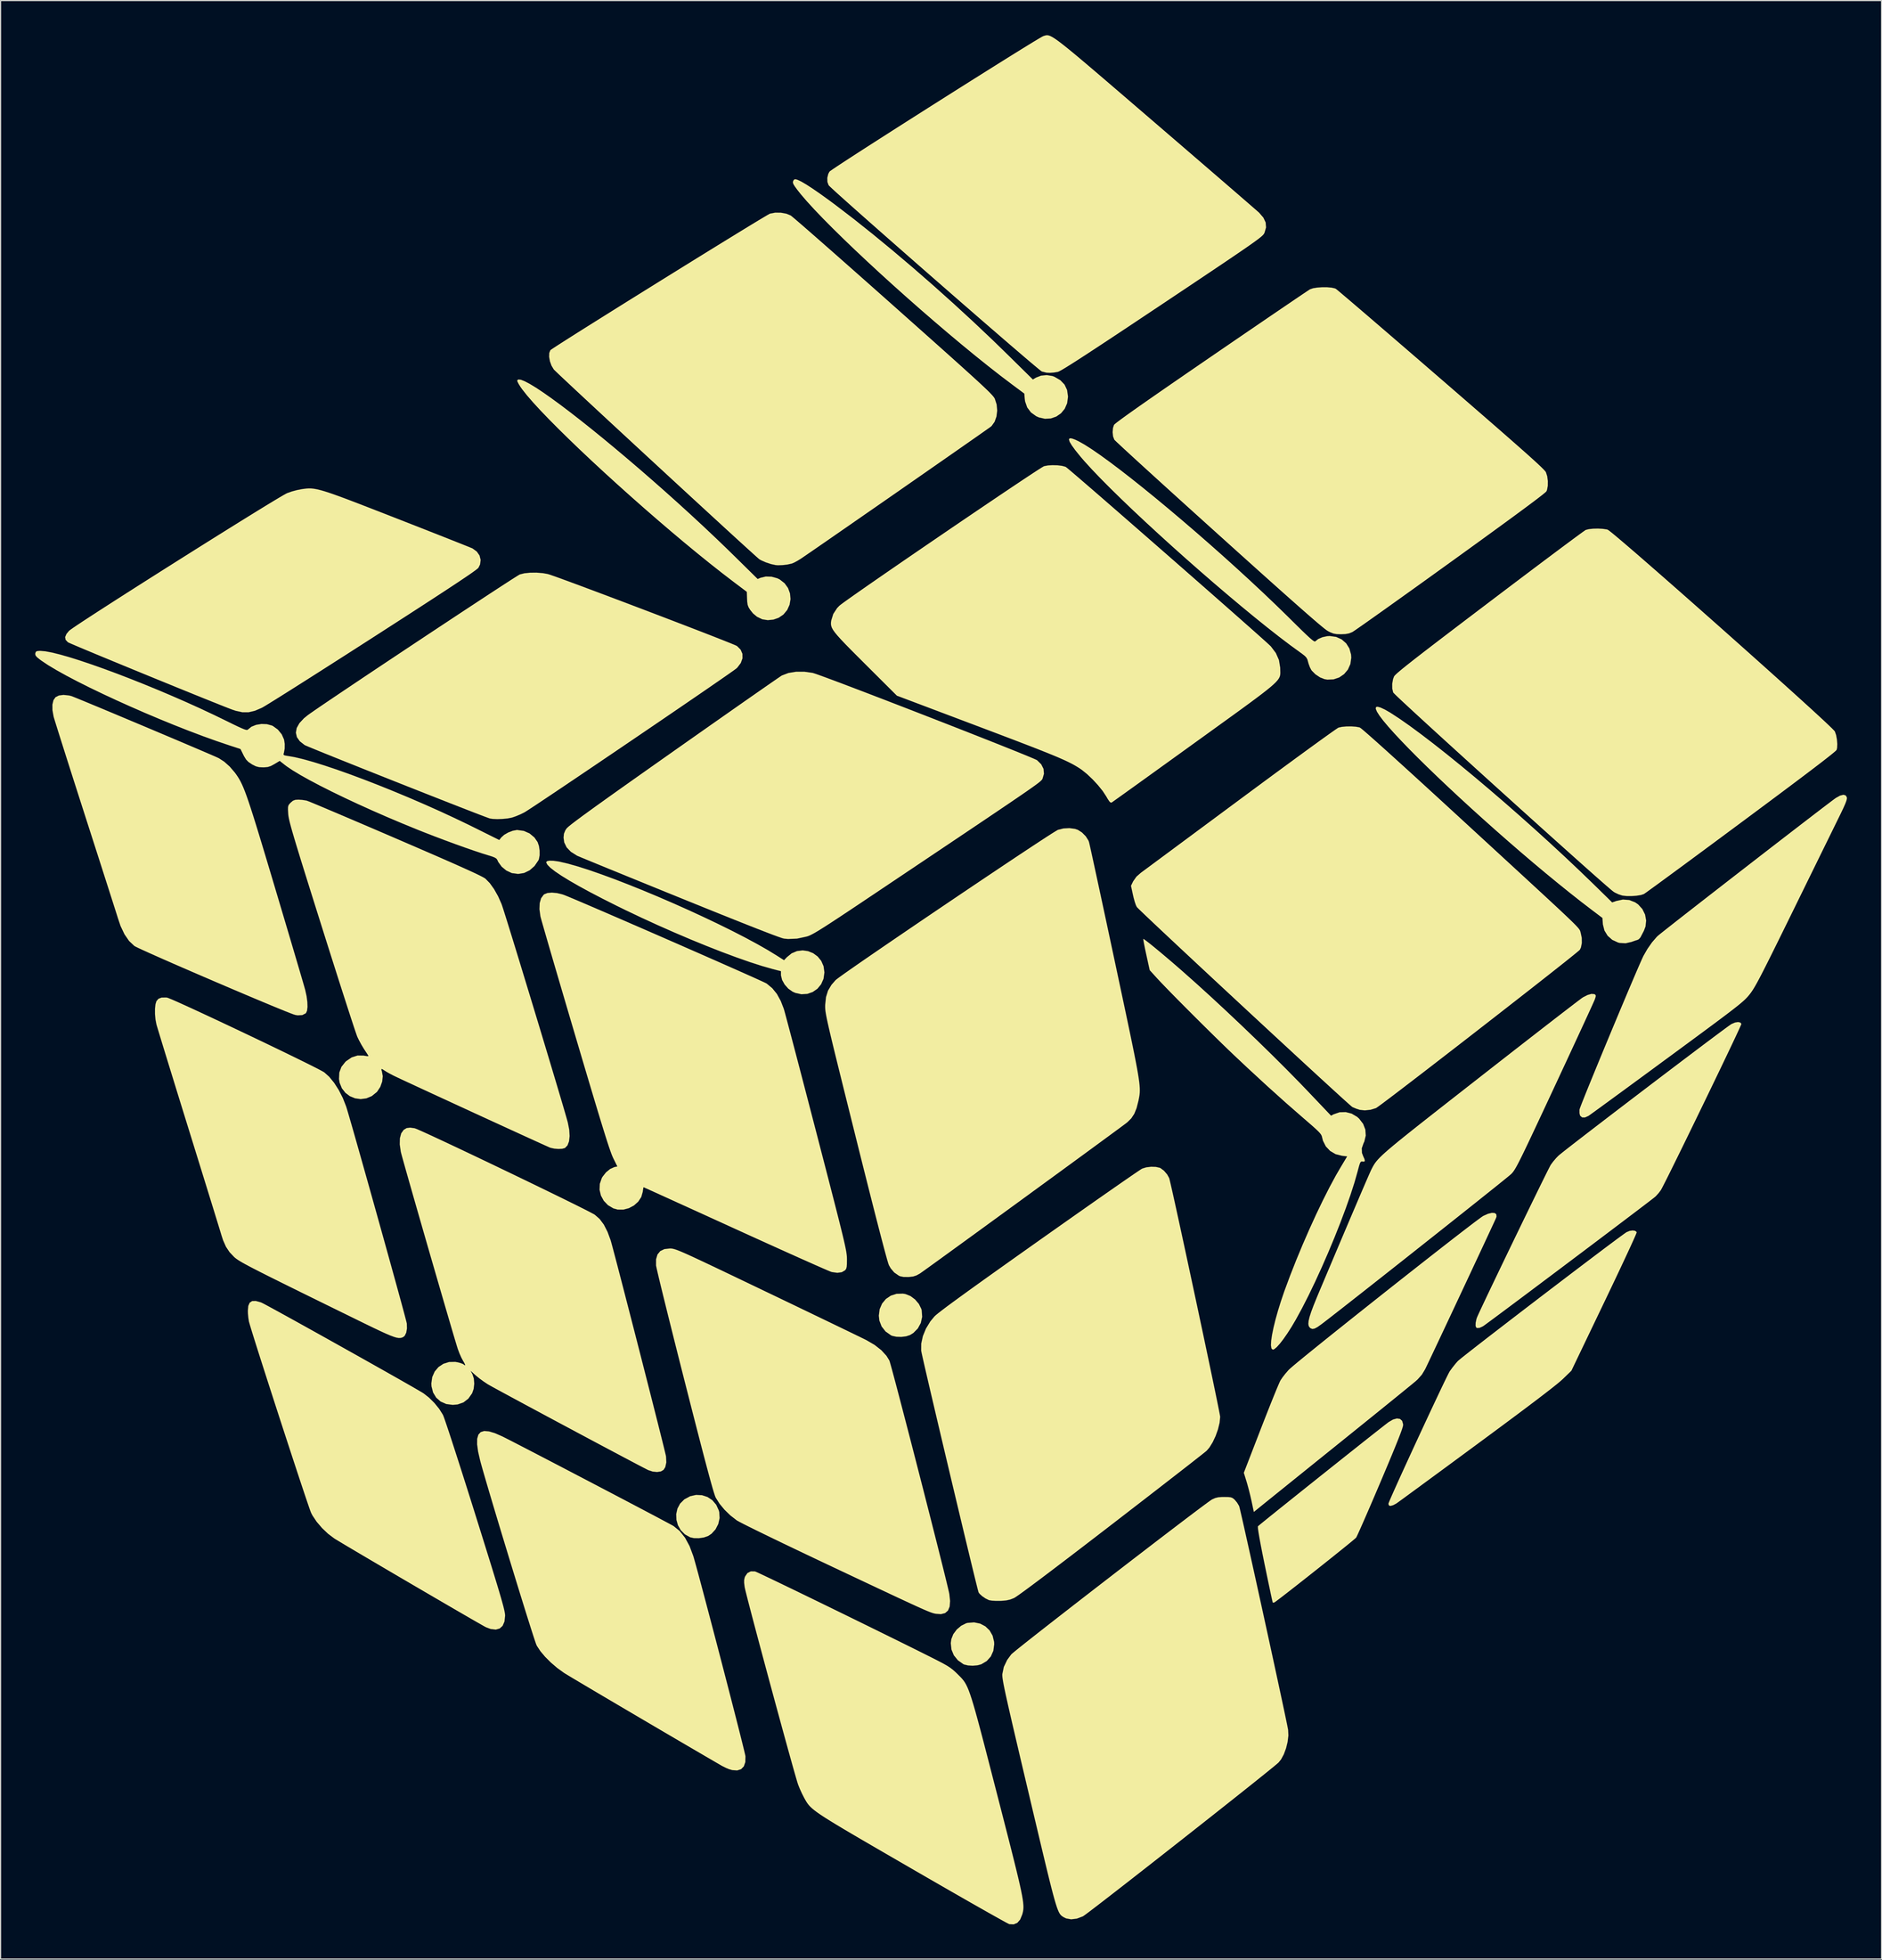
<source format=kicad_pcb>
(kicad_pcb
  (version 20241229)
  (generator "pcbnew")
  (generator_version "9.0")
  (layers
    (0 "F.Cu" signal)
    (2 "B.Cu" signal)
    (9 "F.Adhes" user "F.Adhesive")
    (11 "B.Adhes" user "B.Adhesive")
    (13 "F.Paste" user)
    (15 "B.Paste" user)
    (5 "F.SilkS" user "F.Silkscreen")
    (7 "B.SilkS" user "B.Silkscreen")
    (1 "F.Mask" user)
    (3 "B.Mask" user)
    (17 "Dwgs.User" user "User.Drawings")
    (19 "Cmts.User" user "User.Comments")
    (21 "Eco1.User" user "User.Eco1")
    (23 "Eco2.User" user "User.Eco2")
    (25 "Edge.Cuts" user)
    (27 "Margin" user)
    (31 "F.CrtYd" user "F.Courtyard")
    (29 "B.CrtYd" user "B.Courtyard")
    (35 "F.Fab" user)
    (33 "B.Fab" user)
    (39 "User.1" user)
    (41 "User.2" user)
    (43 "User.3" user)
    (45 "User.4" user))
  (footprint "Cube"
    (layer "F.Cu")
    (at 78.768 82.383)
    (property "Reference" "Cube" (at 0 0 0) (layer "F.SilkS") (effects (font (size 1.524 1.524) (thickness 0.3))))
    (attr board_only exclude_from_pos_files exclude_from_bom)
    (fp_poly (pts (xy -21.06 43.914) (xy -20.583 44.071) (xy -20.164 44.35) (xy -19.829 44.742) (xy -19.604 45.237) (xy -19.567 45.379) (xy -19.535 45.892) (xy -19.648 46.402) (xy -19.888 46.869) (xy -20.237 47.252) (xy -20.527 47.444) (xy -20.894 47.572) (xy -21.33 47.635) (xy -21.76 47.629) (xy -22.078 47.559) (xy -22.537 47.304) (xy -22.893 46.948) (xy -23.14 46.517) (xy -23.274 46.042) (xy -23.291 45.552) (xy -23.186 45.076) (xy -22.955 44.642) (xy -22.593 44.281) (xy -22.582 44.273) (xy -22.086 44.005) (xy -21.57 43.889)) (stroke (width 0) (type solid)) (fill yes) (layer "F.SilkS"))
    (fp_poly (pts (xy -3.452 26.513) (xy -3.019 26.684) (xy -2.617 26.983) (xy -2.29 27.367) (xy -2.077 27.797) (xy -2.043 27.924) (xy -2.004 28.485) (xy -2.12 29.016) (xy -2.378 29.49) (xy -2.764 29.879) (xy -3.054 30.06) (xy -3.394 30.171) (xy -3.81 30.221) (xy -4.233 30.208) (xy -4.595 30.131) (xy -4.699 30.086) (xy -5.173 29.75) (xy -5.513 29.318) (xy -5.709 28.807) (xy -5.755 28.382) (xy -5.682 27.821) (xy -5.47 27.334) (xy -5.141 26.939) (xy -4.718 26.653) (xy -4.22 26.493) (xy -3.67 26.477)) (stroke (width 0) (type solid)) (fill yes) (layer "F.SilkS"))
    (fp_poly (pts (xy 3.013 55.023) (xy 3.467 55.262) (xy 3.835 55.615) (xy 4.094 56.067) (xy 4.223 56.6) (xy 4.233 56.811) (xy 4.158 57.377) (xy 3.94 57.866) (xy 3.588 58.26) (xy 3.114 58.542) (xy 3.114 58.543) (xy 2.774 58.633) (xy 2.368 58.666) (xy 1.965 58.643) (xy 1.634 58.564) (xy 1.566 58.534) (xy 1.087 58.195) (xy 0.738 57.765) (xy 0.531 57.264) (xy 0.475 56.715) (xy 0.52 56.369) (xy 0.691 55.936) (xy 0.989 55.535) (xy 1.373 55.208) (xy 1.8 54.995) (xy 1.928 54.961) (xy 2.493 54.917)) (stroke (width 0) (type solid)) (fill yes) (layer "F.SilkS"))
    (fp_poly (pts (xy -12.904 -69.916) (xy -12.778 -69.873) (xy -12.467 -69.726) (xy -12.036 -69.473) (xy -11.494 -69.123) (xy -10.85 -68.679) (xy -10.112 -68.148) (xy -9.495 -67.691) (xy -7.925 -66.489) (xy -6.274 -65.174) (xy -4.563 -63.766) (xy -2.814 -62.285) (xy -1.052 -60.75) (xy 0.701 -59.181) (xy 2.424 -57.598) (xy 4.091 -56.021) (xy 5.376 -54.772) (xy 7.578 -52.603) (xy 7.849 -52.766) (xy 8.284 -52.935) (xy 8.776 -52.983) (xy 9.265 -52.905) (xy 9.446 -52.838) (xy 9.957 -52.54) (xy 10.32 -52.162) (xy 10.539 -51.697) (xy 10.618 -51.139) (xy 10.618 -51.096) (xy 10.543 -50.544) (xy 10.334 -50.067) (xy 10.014 -49.68) (xy 9.608 -49.398) (xy 9.138 -49.234) (xy 8.629 -49.204) (xy 8.104 -49.321) (xy 7.864 -49.428) (xy 7.412 -49.754) (xy 7.089 -50.184) (xy 6.907 -50.702) (xy 6.876 -50.926) (xy 6.838 -51.383) (xy 5.753 -52.191) (xy 4.748 -52.952) (xy 3.685 -53.784) (xy 2.572 -54.677) (xy 1.423 -55.62) (xy 0.247 -56.604) (xy -0.945 -57.62) (xy -2.142 -58.656) (xy -3.332 -59.703) (xy -4.506 -60.752) (xy -5.652 -61.793) (xy -6.758 -62.815) (xy -7.815 -63.808) (xy -8.812 -64.764) (xy -9.737 -65.672) (xy -10.58 -66.522) (xy -11.329 -67.304) (xy -11.974 -68.008) (xy -12.504 -68.625) (xy -12.797 -68.995) (xy -13.019 -69.295) (xy -13.146 -69.5) (xy -13.193 -69.644) (xy -13.173 -69.762) (xy -13.126 -69.849) (xy -13.042 -69.926)) (stroke (width 0) (type solid)) (fill yes) (layer "F.SilkS"))
    (fp_poly (pts (xy -33.92 -10.968) (xy -33.498 -10.91) (xy -33.411 -10.894) (xy -32.678 -10.724) (xy -31.814 -10.479) (xy -30.835 -10.166) (xy -29.759 -9.792) (xy -28.602 -9.366) (xy -27.381 -8.893) (xy -26.113 -8.382) (xy -24.814 -7.839) (xy -23.503 -7.272) (xy -22.194 -6.688) (xy -20.906 -6.094) (xy -19.654 -5.498) (xy -18.456 -4.907) (xy -17.329 -4.328) (xy -16.289 -3.768) (xy -15.353 -3.235) (xy -14.539 -2.736) (xy -14.536 -2.734) (xy -13.959 -2.365) (xy -13.718 -2.622) (xy -13.3 -2.961) (xy -12.839 -3.156) (xy -12.358 -3.216) (xy -11.882 -3.151) (xy -11.438 -2.972) (xy -11.049 -2.688) (xy -10.74 -2.31) (xy -10.537 -1.847) (xy -10.464 -1.312) (xy -10.539 -0.761) (xy -10.748 -0.286) (xy -11.068 0.101) (xy -11.475 0.383) (xy -11.945 0.547) (xy -12.454 0.579) (xy -12.979 0.463) (xy -13.219 0.356) (xy -13.592 0.092) (xy -13.905 -0.26) (xy -14.125 -0.655) (xy -14.222 -1.046) (xy -14.224 -1.105) (xy -14.224 -1.414) (xy -14.965 -1.608) (xy -15.884 -1.87) (xy -16.932 -2.208) (xy -18.089 -2.614) (xy -19.338 -3.079) (xy -20.659 -3.597) (xy -22.034 -4.159) (xy -23.443 -4.759) (xy -24.868 -5.388) (xy -26.289 -6.039) (xy -27.689 -6.704) (xy -28.465 -7.084) (xy -29.671 -7.691) (xy -30.754 -8.256) (xy -31.711 -8.777) (xy -32.535 -9.25) (xy -33.224 -9.674) (xy -33.774 -10.045) (xy -34.179 -10.361) (xy -34.436 -10.62) (xy -34.542 -10.819) (xy -34.544 -10.847) (xy -34.467 -10.935) (xy -34.251 -10.976)) (stroke (width 0) (type solid)) (fill yes) (layer "F.SilkS"))
    (fp_poly (pts (xy -36.721 -52.577) (xy -36.386 -52.443) (xy -35.949 -52.211) (xy -35.416 -51.887) (xy -34.797 -51.476) (xy -34.097 -50.984) (xy -33.323 -50.418) (xy -32.484 -49.783) (xy -31.585 -49.084) (xy -30.635 -48.329) (xy -29.641 -47.522) (xy -28.61 -46.669) (xy -27.548 -45.776) (xy -26.464 -44.85) (xy -25.364 -43.895) (xy -24.256 -42.918) (xy -23.147 -41.925) (xy -22.044 -40.921) (xy -20.954 -39.912) (xy -19.885 -38.904) (xy -18.843 -37.903) (xy -18.177 -37.251) (xy -16.241 -35.345) (xy -15.985 -35.452) (xy -15.534 -35.559) (xy -15.034 -35.543) (xy -14.543 -35.408) (xy -14.334 -35.306) (xy -13.909 -34.975) (xy -13.612 -34.562) (xy -13.442 -34.096) (xy -13.397 -33.606) (xy -13.478 -33.119) (xy -13.683 -32.665) (xy -14.011 -32.272) (xy -14.42 -31.991) (xy -14.877 -31.831) (xy -15.366 -31.783) (xy -15.818 -31.854) (xy -15.87 -31.871) (xy -16.3 -32.079) (xy -16.646 -32.369) (xy -16.888 -32.671) (xy -17.028 -32.895) (xy -17.108 -33.112) (xy -17.147 -33.389) (xy -17.158 -33.628) (xy -17.178 -34.231) (xy -18.304 -35.079) (xy -19.313 -35.852) (xy -20.373 -36.687) (xy -21.475 -37.577) (xy -22.607 -38.511) (xy -23.761 -39.481) (xy -24.927 -40.478) (xy -26.094 -41.492) (xy -27.253 -42.515) (xy -28.393 -43.537) (xy -29.506 -44.55) (xy -30.58 -45.544) (xy -31.606 -46.51) (xy -32.573 -47.439) (xy -33.473 -48.323) (xy -34.295 -49.151) (xy -35.03 -49.915) (xy -35.666 -50.606) (xy -36.195 -51.215) (xy -36.606 -51.732) (xy -36.769 -51.961) (xy -36.927 -52.214) (xy -37.03 -52.417) (xy -37.056 -52.527) (xy -36.947 -52.607)) (stroke (width 0) (type solid)) (fill yes) (layer "F.SilkS"))
    (fp_poly (pts (xy 37.677 -24.22) (xy 38.035 -24.054) (xy 38.479 -23.801) (xy 38.583 -23.736) (xy 39.357 -23.229) (xy 40.238 -22.61) (xy 41.213 -21.89) (xy 42.273 -21.079) (xy 43.404 -20.187) (xy 44.594 -19.223) (xy 45.834 -18.198) (xy 47.11 -17.12) (xy 48.411 -16.002) (xy 49.725 -14.851) (xy 51.04 -13.678) (xy 52.346 -12.493) (xy 53.629 -11.306) (xy 54.879 -10.126) (xy 56.084 -8.964) (xy 56.225 -8.826) (xy 57.718 -7.365) (xy 58.08 -7.492) (xy 58.649 -7.613) (xy 59.197 -7.572) (xy 59.705 -7.373) (xy 59.968 -7.19) (xy 60.333 -6.788) (xy 60.566 -6.313) (xy 60.659 -5.8) (xy 60.604 -5.281) (xy 60.463 -4.911) (xy 60.326 -4.647) (xy 60.207 -4.419) (xy 60.169 -4.345) (xy 60.027 -4.183) (xy 59.902 -4.119) (xy 59.716 -4.063) (xy 59.463 -3.974) (xy 59.394 -3.948) (xy 58.882 -3.832) (xy 58.367 -3.86) (xy 58.231 -3.894) (xy 57.724 -4.128) (xy 57.325 -4.481) (xy 57.05 -4.931) (xy 56.916 -5.459) (xy 56.912 -5.515) (xy 56.875 -6.021) (xy 56.018 -6.668) (xy 55.047 -7.411) (xy 54.041 -8.204) (xy 53.004 -9.039) (xy 51.945 -9.909) (xy 50.872 -10.807) (xy 49.791 -11.728) (xy 48.709 -12.664) (xy 47.634 -13.607) (xy 46.573 -14.553) (xy 45.533 -15.492) (xy 44.522 -16.42) (xy 43.547 -17.328) (xy 42.614 -18.211) (xy 41.732 -19.061) (xy 40.908 -19.871) (xy 40.148 -20.636) (xy 39.461 -21.347) (xy 38.853 -21.998) (xy 38.331 -22.582) (xy 37.903 -23.093) (xy 37.576 -23.523) (xy 37.358 -23.867) (xy 37.255 -24.116) (xy 37.275 -24.264) (xy 37.279 -24.269) (xy 37.42 -24.294)) (stroke (width 0) (type solid)) (fill yes) (layer "F.SilkS"))
    (fp_poly (pts (xy 39.354 37.316) (xy 39.538 37.481) (xy 39.621 37.768) (xy 39.624 37.85) (xy 39.599 37.983) (xy 39.523 38.227) (xy 39.393 38.586) (xy 39.206 39.068) (xy 38.961 39.678) (xy 38.656 40.422) (xy 38.286 41.307) (xy 37.851 42.338) (xy 37.67 42.765) (xy 37.312 43.604) (xy 36.971 44.401) (xy 36.651 45.142) (xy 36.36 45.811) (xy 36.104 46.395) (xy 35.889 46.88) (xy 35.722 47.249) (xy 35.609 47.49) (xy 35.559 47.584) (xy 35.473 47.665) (xy 35.269 47.837) (xy 34.962 48.09) (xy 34.568 48.41) (xy 34.101 48.786) (xy 33.578 49.205) (xy 33.014 49.656) (xy 32.424 50.125) (xy 31.823 50.601) (xy 31.227 51.072) (xy 30.651 51.525) (xy 30.111 51.948) (xy 29.621 52.33) (xy 29.198 52.657) (xy 28.856 52.919) (xy 28.612 53.101) (xy 28.481 53.193) (xy 28.366 53.215) (xy 28.338 53.193) (xy 28.314 53.098) (xy 28.259 52.856) (xy 28.178 52.485) (xy 28.076 52.002) (xy 27.954 51.427) (xy 27.819 50.778) (xy 27.673 50.073) (xy 27.641 49.921) (xy 27.455 49.005) (xy 27.303 48.229) (xy 27.186 47.598) (xy 27.105 47.117) (xy 27.06 46.791) (xy 27.053 46.624) (xy 27.058 46.605) (xy 27.133 46.539) (xy 27.329 46.377) (xy 27.634 46.129) (xy 28.036 45.804) (xy 28.523 45.412) (xy 29.084 44.962) (xy 29.707 44.463) (xy 30.379 43.925) (xy 31.089 43.358) (xy 31.826 42.77) (xy 32.576 42.172) (xy 33.329 41.572) (xy 34.073 40.98) (xy 34.795 40.406) (xy 35.485 39.859) (xy 36.129 39.348) (xy 36.716 38.883) (xy 37.235 38.474) (xy 37.674 38.129) (xy 38.02 37.859) (xy 38.261 37.672) (xy 38.371 37.589) (xy 38.753 37.367) (xy 39.086 37.277)) (stroke (width 0) (type solid)) (fill yes) (layer "F.SilkS"))
    (fp_poly (pts (xy 10.94 -47.506) (xy 11.245 -47.397) (xy 11.535 -47.259) (xy 12.052 -46.968) (xy 12.681 -46.567) (xy 13.41 -46.064) (xy 14.23 -45.469) (xy 15.131 -44.79) (xy 16.103 -44.035) (xy 17.135 -43.212) (xy 18.218 -42.331) (xy 19.341 -41.399) (xy 20.494 -40.425) (xy 21.667 -39.418) (xy 22.85 -38.386) (xy 24.033 -37.338) (xy 25.206 -36.281) (xy 26.358 -35.226) (xy 27.48 -34.179) (xy 28.561 -33.149) (xy 29.592 -32.146) (xy 29.868 -31.872) (xy 30.435 -31.312) (xy 30.895 -30.862) (xy 31.258 -30.514) (xy 31.536 -30.257) (xy 31.741 -30.082) (xy 31.882 -29.979) (xy 31.971 -29.938) (xy 32.02 -29.949) (xy 32.021 -29.95) (xy 32.277 -30.153) (xy 32.642 -30.31) (xy 33.059 -30.4) (xy 33.274 -30.412) (xy 33.828 -30.335) (xy 34.308 -30.117) (xy 34.696 -29.777) (xy 34.973 -29.335) (xy 35.119 -28.809) (xy 35.137 -28.533) (xy 35.06 -27.987) (xy 34.845 -27.508) (xy 34.515 -27.116) (xy 34.094 -26.827) (xy 33.605 -26.662) (xy 33.071 -26.639) (xy 32.821 -26.68) (xy 32.428 -26.835) (xy 32.038 -27.095) (xy 31.724 -27.411) (xy 31.678 -27.473) (xy 31.552 -27.714) (xy 31.439 -28.023) (xy 31.404 -28.152) (xy 31.344 -28.368) (xy 31.26 -28.532) (xy 31.121 -28.685) (xy 30.891 -28.866) (xy 30.708 -28.998) (xy 29.838 -29.631) (xy 28.882 -30.357) (xy 27.853 -31.164) (xy 26.763 -32.042) (xy 25.624 -32.979) (xy 24.449 -33.965) (xy 23.25 -34.987) (xy 22.04 -36.036) (xy 20.831 -37.099) (xy 19.636 -38.167) (xy 18.467 -39.227) (xy 17.336 -40.269) (xy 16.256 -41.281) (xy 15.24 -42.253) (xy 14.299 -43.174) (xy 13.447 -44.032) (xy 12.696 -44.816) (xy 12.058 -45.515) (xy 11.697 -45.933) (xy 11.262 -46.471) (xy 10.951 -46.896) (xy 10.763 -47.21) (xy 10.699 -47.414) (xy 10.758 -47.513)) (stroke (width 0) (type solid)) (fill yes) (layer "F.SilkS"))
    (fp_poly (pts (xy 59.71 21.045) (xy 59.832 21.146) (xy 59.841 21.174) (xy 59.809 21.27) (xy 59.709 21.507) (xy 59.547 21.872) (xy 59.328 22.354) (xy 59.057 22.94) (xy 58.74 23.619) (xy 58.383 24.38) (xy 57.991 25.209) (xy 57.569 26.095) (xy 57.125 27.026) (xy 57.028 27.228) (xy 54.189 33.147) (xy 53.445 33.867) (xy 53.239 34.052) (xy 52.924 34.314) (xy 52.498 34.653) (xy 51.957 35.074) (xy 51.298 35.579) (xy 50.517 36.169) (xy 49.612 36.848) (xy 48.579 37.617) (xy 47.415 38.48) (xy 46.117 39.438) (xy 45.972 39.545) (xy 45.021 40.245) (xy 44.107 40.919) (xy 43.238 41.558) (xy 42.423 42.157) (xy 41.674 42.707) (xy 40.998 43.203) (xy 40.406 43.637) (xy 39.906 44.003) (xy 39.51 44.292) (xy 39.226 44.498) (xy 39.064 44.615) (xy 39.031 44.637) (xy 38.764 44.778) (xy 38.542 44.842) (xy 38.411 44.818) (xy 38.357 44.688) (xy 38.354 44.651) (xy 38.389 44.547) (xy 38.489 44.305) (xy 38.648 43.94) (xy 38.859 43.465) (xy 39.114 42.898) (xy 39.407 42.251) (xy 39.731 41.54) (xy 40.08 40.78) (xy 40.445 39.986) (xy 40.821 39.172) (xy 41.201 38.354) (xy 41.577 37.545) (xy 41.942 36.762) (xy 42.291 36.019) (xy 42.616 35.331) (xy 42.909 34.712) (xy 43.165 34.177) (xy 43.377 33.742) (xy 43.536 33.422) (xy 43.638 33.23) (xy 43.659 33.195) (xy 43.895 32.869) (xy 44.176 32.519) (xy 44.355 32.316) (xy 44.466 32.218) (xy 44.701 32.026) (xy 45.049 31.75) (xy 45.499 31.396) (xy 46.04 30.974) (xy 46.661 30.492) (xy 47.351 29.959) (xy 48.099 29.383) (xy 48.894 28.771) (xy 49.724 28.134) (xy 50.58 27.479) (xy 51.449 26.814) (xy 52.321 26.149) (xy 53.185 25.491) (xy 54.029 24.849) (xy 54.843 24.231) (xy 55.616 23.646) (xy 56.337 23.102) (xy 56.993 22.607) (xy 57.576 22.171) (xy 58.073 21.801) (xy 58.474 21.506) (xy 58.767 21.294) (xy 58.941 21.173) (xy 58.964 21.159) (xy 59.227 21.05) (xy 59.492 21.013)) (stroke (width 0) (type solid)) (fill yes) (layer "F.SilkS"))
    (fp_poly (pts (xy 47.546 19.503) (xy 47.688 19.608) (xy 47.71 19.801) (xy 47.678 19.908) (xy 47.628 20.021) (xy 47.513 20.274) (xy 47.338 20.652) (xy 47.11 21.142) (xy 46.837 21.728) (xy 46.525 22.398) (xy 46.179 23.138) (xy 45.807 23.932) (xy 45.416 24.769) (xy 45.011 25.632) (xy 44.6 26.509) (xy 44.189 27.386) (xy 43.784 28.248) (xy 43.392 29.082) (xy 43.02 29.873) (xy 42.674 30.608) (xy 42.36 31.273) (xy 42.086 31.853) (xy 41.857 32.335) (xy 41.681 32.705) (xy 41.564 32.949) (xy 41.527 33.024) (xy 41.247 33.486) (xy 40.884 33.894) (xy 40.708 34.054) (xy 40.564 34.174) (xy 40.299 34.393) (xy 39.922 34.7) (xy 39.444 35.089) (xy 38.875 35.551) (xy 38.225 36.077) (xy 37.505 36.66) (xy 36.724 37.29) (xy 35.893 37.96) (xy 35.023 38.661) (xy 34.124 39.386) (xy 34.036 39.456) (xy 33.133 40.183) (xy 32.256 40.888) (xy 31.418 41.563) (xy 30.627 42.2) (xy 29.895 42.789) (xy 29.232 43.324) (xy 28.647 43.794) (xy 28.152 44.193) (xy 27.758 44.511) (xy 27.473 44.741) (xy 27.309 44.873) (xy 27.301 44.88) (xy 26.704 45.364) (xy 26.504 44.42) (xy 26.394 43.937) (xy 26.264 43.418) (xy 26.134 42.942) (xy 26.07 42.727) (xy 25.837 41.977) (xy 27.308 38.176) (xy 27.61 37.401) (xy 27.901 36.662) (xy 28.173 35.977) (xy 28.42 35.364) (xy 28.634 34.84) (xy 28.81 34.422) (xy 28.938 34.128) (xy 29.011 33.979) (xy 29.186 33.72) (xy 29.431 33.406) (xy 29.697 33.098) (xy 29.727 33.067) (xy 29.864 32.939) (xy 30.123 32.716) (xy 30.495 32.405) (xy 30.969 32.016) (xy 31.534 31.556) (xy 32.181 31.033) (xy 32.899 30.455) (xy 33.679 29.83) (xy 34.51 29.166) (xy 35.381 28.472) (xy 36.283 27.755) (xy 37.206 27.023) (xy 38.139 26.284) (xy 39.072 25.547) (xy 39.995 24.82) (xy 40.898 24.11) (xy 41.77 23.426) (xy 42.602 22.775) (xy 43.383 22.166) (xy 44.103 21.607) (xy 44.752 21.106) (xy 45.319 20.67) (xy 45.795 20.309) (xy 46.17 20.029) (xy 46.432 19.839) (xy 46.572 19.748) (xy 46.97 19.571) (xy 47.301 19.49)) (stroke (width 0) (type solid)) (fill yes) (layer "F.SilkS"))
    (fp_poly (pts (xy 68.815 3.027) (xy 68.901 3.144) (xy 68.868 3.236) (xy 68.767 3.466) (xy 68.603 3.822) (xy 68.384 4.292) (xy 68.115 4.862) (xy 67.802 5.519) (xy 67.453 6.251) (xy 67.073 7.044) (xy 66.668 7.885) (xy 66.245 8.762) (xy 65.81 9.662) (xy 65.369 10.571) (xy 64.929 11.478) (xy 64.495 12.368) (xy 64.075 13.229) (xy 63.674 14.048) (xy 63.298 14.812) (xy 62.955 15.508) (xy 62.65 16.123) (xy 62.389 16.645) (xy 62.178 17.059) (xy 62.025 17.355) (xy 61.935 17.517) (xy 61.93 17.526) (xy 61.739 17.781) (xy 61.506 18.037) (xy 61.456 18.085) (xy 61.351 18.171) (xy 61.12 18.35) (xy 60.776 18.614) (xy 60.33 18.954) (xy 59.791 19.364) (xy 59.171 19.833) (xy 58.481 20.355) (xy 57.732 20.921) (xy 56.935 21.522) (xy 56.1 22.152) (xy 55.239 22.8) (xy 54.362 23.459) (xy 53.481 24.122) (xy 52.606 24.779) (xy 51.748 25.422) (xy 50.919 26.044) (xy 50.129 26.636) (xy 49.388 27.19) (xy 48.709 27.697) (xy 48.101 28.15) (xy 47.576 28.54) (xy 47.145 28.859) (xy 46.819 29.099) (xy 46.608 29.252) (xy 46.53 29.305) (xy 46.241 29.439) (xy 46.024 29.452) (xy 45.946 29.408) (xy 45.895 29.256) (xy 45.903 29.001) (xy 45.965 28.696) (xy 46.008 28.564) (xy 46.071 28.416) (xy 46.201 28.13) (xy 46.392 27.721) (xy 46.636 27.203) (xy 46.926 26.59) (xy 47.257 25.897) (xy 47.621 25.137) (xy 48.011 24.324) (xy 48.42 23.473) (xy 48.842 22.598) (xy 49.27 21.712) (xy 49.697 20.831) (xy 50.116 19.967) (xy 50.521 19.135) (xy 50.904 18.349) (xy 51.259 17.623) (xy 51.579 16.971) (xy 51.857 16.408) (xy 52.086 15.947) (xy 52.26 15.603) (xy 52.372 15.389) (xy 52.405 15.331) (xy 52.609 15.054) (xy 52.872 14.747) (xy 53.061 14.552) (xy 53.186 14.445) (xy 53.435 14.245) (xy 53.797 13.96) (xy 54.26 13.599) (xy 54.814 13.17) (xy 55.447 12.682) (xy 56.15 12.142) (xy 56.91 11.559) (xy 57.716 10.941) (xy 58.559 10.298) (xy 59.427 9.636) (xy 60.309 8.965) (xy 61.193 8.292) (xy 62.07 7.626) (xy 62.928 6.976) (xy 63.756 6.349) (xy 64.544 5.755) (xy 65.279 5.2) (xy 65.953 4.694) (xy 66.552 4.246) (xy 67.067 3.862) (xy 67.486 3.552) (xy 67.799 3.324) (xy 67.995 3.187) (xy 68.048 3.153) (xy 68.349 3.025) (xy 68.617 2.983)) (stroke (width 0) (type solid)) (fill yes) (layer "F.SilkS"))
    (fp_poly (pts (xy -39.497 38.396) (xy -38.979 38.551) (xy -38.35 38.826) (xy -38.348 38.827) (xy -38.112 38.945) (xy -37.749 39.129) (xy -37.271 39.375) (xy -36.691 39.674) (xy -36.022 40.02) (xy -35.277 40.407) (xy -34.469 40.827) (xy -33.61 41.274) (xy -32.715 41.741) (xy -31.795 42.222) (xy -30.864 42.708) (xy -29.934 43.195) (xy -29.019 43.674) (xy -28.131 44.14) (xy -27.283 44.585) (xy -26.489 45.003) (xy -25.761 45.387) (xy -25.111 45.73) (xy -24.554 46.026) (xy -24.102 46.267) (xy -23.767 46.447) (xy -23.563 46.559) (xy -23.514 46.588) (xy -22.991 47.013) (xy -22.53 47.591) (xy -22.136 48.316) (xy -21.811 49.183) (xy -21.771 49.318) (xy -21.665 49.692) (xy -21.526 50.194) (xy -21.358 50.811) (xy -21.165 51.529) (xy -20.95 52.335) (xy -20.716 53.215) (xy -20.467 54.156) (xy -20.207 55.144) (xy -19.938 56.166) (xy -19.665 57.209) (xy -19.391 58.259) (xy -19.12 59.303) (xy -18.854 60.327) (xy -18.598 61.318) (xy -18.355 62.262) (xy -18.129 63.145) (xy -17.922 63.956) (xy -17.739 64.679) (xy -17.583 65.302) (xy -17.457 65.811) (xy -17.365 66.192) (xy -17.311 66.433) (xy -17.297 66.511) (xy -17.309 67.002) (xy -17.438 67.373) (xy -17.675 67.616) (xy -18.013 67.726) (xy -18.442 67.697) (xy -18.725 67.615) (xy -18.994 67.502) (xy -19.299 67.349) (xy -19.402 67.292) (xy -20.065 66.907) (xy -20.805 66.476) (xy -21.61 66.006) (xy -22.466 65.506) (xy -23.362 64.981) (xy -24.285 64.441) (xy -25.221 63.891) (xy -26.16 63.339) (xy -27.088 62.793) (xy -27.993 62.261) (xy -28.862 61.748) (xy -29.684 61.264) (xy -30.444 60.814) (xy -31.131 60.407) (xy -31.733 60.05) (xy -32.236 59.75) (xy -32.629 59.514) (xy -32.898 59.351) (xy -33.02 59.274) (xy -33.59 58.862) (xy -34.138 58.393) (xy -34.634 57.898) (xy -35.045 57.411) (xy -35.342 56.962) (xy -35.376 56.896) (xy -35.434 56.75) (xy -35.535 56.455) (xy -35.676 56.026) (xy -35.853 55.476) (xy -36.061 54.82) (xy -36.297 54.071) (xy -36.555 53.244) (xy -36.832 52.351) (xy -37.123 51.408) (xy -37.424 50.427) (xy -37.732 49.423) (xy -38.04 48.41) (xy -38.347 47.402) (xy -38.646 46.413) (xy -38.934 45.456) (xy -39.206 44.545) (xy -39.459 43.695) (xy -39.688 42.919) (xy -39.889 42.231) (xy -40.058 41.646) (xy -40.19 41.176) (xy -40.26 40.915) (xy -40.437 40.146) (xy -40.523 39.518) (xy -40.517 39.03) (xy -40.413 38.676) (xy -40.211 38.455) (xy -39.907 38.362)) (stroke (width 0) (type solid)) (fill yes) (layer "F.SilkS"))
    (fp_poly (pts (xy -59.262 27.226) (xy -59.204 27.248) (xy -59.075 27.311) (xy -58.812 27.449) (xy -58.427 27.657) (xy -57.933 27.926) (xy -57.344 28.25) (xy -56.672 28.62) (xy -55.93 29.031) (xy -55.131 29.475) (xy -54.289 29.943) (xy -53.415 30.431) (xy -52.524 30.929) (xy -51.627 31.431) (xy -50.738 31.929) (xy -49.87 32.417) (xy -49.035 32.887) (xy -48.247 33.331) (xy -47.519 33.744) (xy -46.863 34.116) (xy -46.293 34.442) (xy -45.82 34.714) (xy -45.46 34.924) (xy -45.223 35.065) (xy -45.154 35.109) (xy -44.686 35.475) (xy -44.223 35.935) (xy -43.813 36.437) (xy -43.503 36.927) (xy -43.465 37.002) (xy -43.403 37.159) (xy -43.294 37.466) (xy -43.143 37.911) (xy -42.952 38.482) (xy -42.727 39.168) (xy -42.471 39.957) (xy -42.187 40.837) (xy -41.879 41.796) (xy -41.552 42.822) (xy -41.209 43.904) (xy -40.854 45.03) (xy -40.65 45.681) (xy -40.227 47.03) (xy -39.853 48.227) (xy -39.524 49.282) (xy -39.238 50.204) (xy -38.992 51.004) (xy -38.783 51.69) (xy -38.608 52.273) (xy -38.465 52.761) (xy -38.35 53.166) (xy -38.26 53.496) (xy -38.194 53.76) (xy -38.148 53.97) (xy -38.118 54.133) (xy -38.103 54.261) (xy -38.1 54.346) (xy -38.155 54.846) (xy -38.315 55.216) (xy -38.572 55.449) (xy -38.92 55.542) (xy -39.349 55.491) (xy -39.751 55.341) (xy -39.885 55.27) (xy -40.151 55.12) (xy -40.537 54.9) (xy -41.029 54.617) (xy -41.614 54.279) (xy -42.278 53.894) (xy -43.009 53.469) (xy -43.793 53.013) (xy -44.617 52.532) (xy -45.467 52.036) (xy -46.331 51.531) (xy -47.195 51.025) (xy -48.046 50.526) (xy -48.87 50.041) (xy -49.655 49.58) (xy -50.387 49.148) (xy -51.053 48.755) (xy -51.64 48.407) (xy -52.134 48.113) (xy -52.522 47.88) (xy -52.792 47.716) (xy -52.892 47.652) (xy -53.429 47.249) (xy -53.948 46.754) (xy -54.41 46.213) (xy -54.773 45.671) (xy -54.887 45.452) (xy -54.947 45.3) (xy -55.054 45) (xy -55.203 44.565) (xy -55.391 44.011) (xy -55.612 43.351) (xy -55.863 42.597) (xy -56.138 41.765) (xy -56.434 40.868) (xy -56.745 39.918) (xy -57.068 38.932) (xy -57.398 37.921) (xy -57.73 36.9) (xy -58.06 35.882) (xy -58.383 34.881) (xy -58.696 33.911) (xy -58.993 32.986) (xy -59.271 32.119) (xy -59.524 31.324) (xy -59.748 30.615) (xy -59.939 30.005) (xy -60.092 29.508) (xy -60.203 29.138) (xy -60.268 28.909) (xy -60.277 28.871) (xy -60.325 28.568) (xy -60.358 28.196) (xy -60.365 27.961) (xy -60.329 27.541) (xy -60.209 27.263) (xy -59.997 27.122) (xy -59.685 27.111)) (stroke (width 0) (type solid)) (fill yes) (layer "F.SilkS"))
    (fp_poly (pts (xy -54.876 -43.177) (xy -54.65 -43.154) (xy -54.394 -43.108) (xy -54.096 -43.037) (xy -53.746 -42.937) (xy -53.332 -42.804) (xy -52.842 -42.634) (xy -52.264 -42.425) (xy -51.589 -42.172) (xy -50.803 -41.872) (xy -49.896 -41.521) (xy -48.857 -41.117) (xy -47.673 -40.655) (xy -47.445 -40.566) (xy -46.458 -40.18) (xy -45.512 -39.81) (xy -44.62 -39.459) (xy -43.794 -39.134) (xy -43.048 -38.84) (xy -42.392 -38.58) (xy -41.841 -38.361) (xy -41.406 -38.187) (xy -41.1 -38.063) (xy -40.935 -37.993) (xy -40.914 -37.984) (xy -40.549 -37.716) (xy -40.313 -37.376) (xy -40.216 -36.994) (xy -40.268 -36.6) (xy -40.407 -36.318) (xy -40.479 -36.247) (xy -40.634 -36.124) (xy -40.877 -35.948) (xy -41.213 -35.713) (xy -41.646 -35.419) (xy -42.183 -35.06) (xy -42.827 -34.634) (xy -43.584 -34.138) (xy -44.458 -33.568) (xy -45.455 -32.921) (xy -46.579 -32.194) (xy -47.836 -31.384) (xy -49.229 -30.487) (xy -49.53 -30.293) (xy -50.66 -29.568) (xy -51.759 -28.863) (xy -52.819 -28.186) (xy -53.83 -27.541) (xy -54.782 -26.935) (xy -55.666 -26.374) (xy -56.473 -25.863) (xy -57.193 -25.409) (xy -57.817 -25.018) (xy -58.335 -24.696) (xy -58.738 -24.448) (xy -59.017 -24.28) (xy -59.155 -24.203) (xy -59.756 -23.944) (xy -60.3 -23.816) (xy -60.835 -23.815) (xy -61.408 -23.939) (xy -61.68 -24.03) (xy -61.944 -24.129) (xy -62.336 -24.282) (xy -62.842 -24.483) (xy -63.449 -24.725) (xy -64.143 -25.004) (xy -64.91 -25.314) (xy -65.736 -25.649) (xy -66.608 -26.003) (xy -67.511 -26.372) (xy -68.434 -26.748) (xy -69.361 -27.128) (xy -70.279 -27.505) (xy -71.174 -27.873) (xy -72.032 -28.227) (xy -72.841 -28.561) (xy -73.586 -28.87) (xy -74.253 -29.148) (xy -74.829 -29.39) (xy -75.301 -29.589) (xy -75.653 -29.741) (xy -75.874 -29.839) (xy -75.946 -29.876) (xy -76.141 -30.085) (xy -76.181 -30.319) (xy -76.065 -30.591) (xy -75.846 -30.858) (xy -75.726 -30.954) (xy -75.472 -31.132) (xy -75.096 -31.386) (xy -74.608 -31.709) (xy -74.019 -32.094) (xy -73.339 -32.535) (xy -72.579 -33.025) (xy -71.749 -33.558) (xy -70.861 -34.126) (xy -69.924 -34.723) (xy -68.95 -35.342) (xy -67.949 -35.976) (xy -66.932 -36.619) (xy -65.909 -37.264) (xy -64.891 -37.905) (xy -63.889 -38.534) (xy -62.913 -39.145) (xy -61.974 -39.731) (xy -61.082 -40.286) (xy -60.249 -40.802) (xy -59.484 -41.274) (xy -58.799 -41.694) (xy -58.204 -42.055) (xy -57.71 -42.352) (xy -57.327 -42.576) (xy -57.066 -42.722) (xy -56.96 -42.775) (xy -56.574 -42.912) (xy -56.121 -43.035) (xy -55.711 -43.116) (xy -55.49 -43.147) (xy -55.285 -43.17) (xy -55.084 -43.181)) (stroke (width 0) (type solid)) (fill yes) (layer "F.SilkS"))
    (fp_poly (pts (xy 17.212 -4.172) (xy 17.401 -4.035) (xy 17.686 -3.812) (xy 18.053 -3.516) (xy 18.485 -3.16) (xy 18.968 -2.755) (xy 19.486 -2.316) (xy 20.023 -1.854) (xy 20.489 -1.448) (xy 21.706 -0.368) (xy 22.991 0.799) (xy 24.318 2.029) (xy 25.661 3.296) (xy 26.994 4.575) (xy 28.291 5.841) (xy 29.526 7.071) (xy 30.672 8.237) (xy 31.41 9.005) (xy 33.385 11.082) (xy 33.624 10.958) (xy 34.128 10.788) (xy 34.654 10.773) (xy 35.169 10.906) (xy 35.641 11.183) (xy 35.818 11.341) (xy 36.163 11.791) (xy 36.355 12.287) (xy 36.391 12.804) (xy 36.267 13.319) (xy 36.194 13.478) (xy 36.046 13.902) (xy 36.061 14.307) (xy 36.164 14.58) (xy 36.286 14.853) (xy 36.31 15.007) (xy 36.234 15.061) (xy 36.12 15.052) (xy 36.028 15.044) (xy 35.958 15.08) (xy 35.895 15.186) (xy 35.825 15.391) (xy 35.734 15.72) (xy 35.685 15.91) (xy 35.414 16.864) (xy 35.068 17.937) (xy 34.657 19.105) (xy 34.192 20.341) (xy 33.684 21.62) (xy 33.144 22.915) (xy 32.582 24.201) (xy 32.009 25.451) (xy 31.436 26.642) (xy 30.873 27.745) (xy 30.332 28.736) (xy 30.327 28.744) (xy 29.962 29.362) (xy 29.602 29.924) (xy 29.26 30.414) (xy 28.949 30.815) (xy 28.681 31.111) (xy 28.469 31.285) (xy 28.354 31.327) (xy 28.258 31.259) (xy 28.222 31.192) (xy 28.184 30.939) (xy 28.205 30.547) (xy 28.281 30.035) (xy 28.406 29.422) (xy 28.577 28.726) (xy 28.79 27.966) (xy 29.04 27.161) (xy 29.322 26.328) (xy 29.367 26.204) (xy 29.849 24.906) (xy 30.375 23.573) (xy 30.933 22.23) (xy 31.512 20.903) (xy 32.099 19.618) (xy 32.683 18.401) (xy 33.252 17.277) (xy 33.794 16.273) (xy 34.147 15.663) (xy 34.78 14.605) (xy 34.33 14.553) (xy 33.778 14.412) (xy 33.306 14.134) (xy 32.935 13.742) (xy 32.687 13.253) (xy 32.615 12.973) (xy 32.586 12.858) (xy 32.534 12.743) (xy 32.442 12.613) (xy 32.294 12.451) (xy 32.074 12.24) (xy 31.767 11.965) (xy 31.357 11.608) (xy 31.015 11.314) (xy 29.469 9.965) (xy 27.838 8.499) (xy 26.139 6.933) (xy 24.979 5.842) (xy 24.496 5.381) (xy 23.943 4.846) (xy 23.339 4.255) (xy 22.7 3.626) (xy 22.042 2.975) (xy 21.384 2.319) (xy 20.742 1.676) (xy 20.132 1.062) (xy 19.573 0.494) (xy 19.081 -0.011) (xy 18.673 -0.436) (xy 18.366 -0.763) (xy 18.317 -0.816) (xy 17.691 -1.505) (xy 17.397 -2.841) (xy 17.299 -3.293) (xy 17.22 -3.683) (xy 17.163 -3.984) (xy 17.136 -4.167) (xy 17.135 -4.21)) (stroke (width 0) (type solid)) (fill yes) (layer "F.SilkS"))
    (fp_poly (pts (xy 77.928 -16.625) (xy 78.03 -16.459) (xy 78.034 -16.341) (xy 77.991 -16.162) (xy 77.894 -15.904) (xy 77.736 -15.545) (xy 77.507 -15.064) (xy 77.412 -14.872) (xy 77.272 -14.587) (xy 77.064 -14.164) (xy 76.796 -13.616) (xy 76.473 -12.959) (xy 76.103 -12.206) (xy 75.692 -11.37) (xy 75.249 -10.466) (xy 74.778 -9.508) (xy 74.288 -8.509) (xy 73.785 -7.484) (xy 73.443 -6.787) (xy 72.863 -5.606) (xy 72.351 -4.566) (xy 71.903 -3.658) (xy 71.513 -2.872) (xy 71.176 -2.197) (xy 70.886 -1.623) (xy 70.638 -1.139) (xy 70.427 -0.736) (xy 70.247 -0.403) (xy 70.093 -0.13) (xy 69.96 0.093) (xy 69.842 0.277) (xy 69.735 0.432) (xy 69.632 0.568) (xy 69.596 0.613) (xy 69.498 0.731) (xy 69.394 0.848) (xy 69.276 0.971) (xy 69.134 1.107) (xy 68.959 1.262) (xy 68.744 1.443) (xy 68.479 1.656) (xy 68.156 1.909) (xy 67.765 2.209) (xy 67.298 2.561) (xy 66.747 2.974) (xy 66.102 3.453) (xy 65.355 4.005) (xy 64.497 4.638) (xy 63.52 5.357) (xy 62.484 6.119) (xy 61.544 6.809) (xy 60.64 7.473) (xy 59.78 8.104) (xy 58.974 8.694) (xy 58.233 9.237) (xy 57.567 9.724) (xy 56.984 10.149) (xy 56.495 10.506) (xy 56.11 10.785) (xy 55.838 10.981) (xy 55.689 11.087) (xy 55.668 11.101) (xy 55.362 11.238) (xy 55.116 11.234) (xy 54.948 11.09) (xy 54.942 11.079) (xy 54.888 10.87) (xy 54.887 10.594) (xy 54.892 10.549) (xy 54.93 10.429) (xy 55.029 10.166) (xy 55.182 9.777) (xy 55.382 9.274) (xy 55.625 8.672) (xy 55.905 7.987) (xy 56.215 7.231) (xy 56.549 6.419) (xy 56.902 5.565) (xy 57.267 4.685) (xy 57.639 3.791) (xy 58.012 2.899) (xy 58.379 2.022) (xy 58.735 1.176) (xy 59.073 0.373) (xy 59.389 -0.37) (xy 59.675 -1.041) (xy 59.926 -1.625) (xy 60.137 -2.108) (xy 60.3 -2.474) (xy 60.41 -2.711) (xy 60.424 -2.739) (xy 60.769 -3.342) (xy 61.165 -3.908) (xy 61.572 -4.38) (xy 61.65 -4.457) (xy 61.763 -4.552) (xy 61.999 -4.742) (xy 62.348 -5.019) (xy 62.799 -5.374) (xy 63.341 -5.8) (xy 63.965 -6.288) (xy 64.66 -6.829) (xy 65.414 -7.417) (xy 66.217 -8.041) (xy 67.059 -8.695) (xy 67.928 -9.37) (xy 68.815 -10.057) (xy 69.709 -10.749) (xy 70.598 -11.438) (xy 71.473 -12.114) (xy 72.323 -12.77) (xy 73.137 -13.397) (xy 73.904 -13.988) (xy 74.614 -14.534) (xy 75.256 -15.026) (xy 75.82 -15.458) (xy 76.295 -15.819) (xy 76.67 -16.103) (xy 76.935 -16.301) (xy 77.076 -16.402) (xy 77.437 -16.604) (xy 77.726 -16.679)) (stroke (width 0) (type solid)) (fill yes) (layer "F.SilkS"))
    (fp_poly (pts (xy -75.849 -25.269) (xy -75.656 -25.222) (xy -75.535 -25.177) (xy -75.272 -25.072) (xy -74.883 -24.913) (xy -74.381 -24.707) (xy -73.782 -24.458) (xy -73.101 -24.175) (xy -72.351 -23.862) (xy -71.548 -23.525) (xy -70.706 -23.172) (xy -69.84 -22.808) (xy -68.964 -22.44) (xy -68.094 -22.072) (xy -67.242 -21.713) (xy -66.425 -21.367) (xy -65.657 -21.041) (xy -64.953 -20.741) (xy -64.326 -20.474) (xy -63.792 -20.245) (xy -63.366 -20.06) (xy -63.061 -19.926) (xy -62.893 -19.849) (xy -62.883 -19.844) (xy -62.411 -19.54) (xy -61.935 -19.114) (xy -61.501 -18.609) (xy -61.487 -18.591) (xy -61.355 -18.409) (xy -61.231 -18.226) (xy -61.112 -18.033) (xy -60.994 -17.82) (xy -60.875 -17.576) (xy -60.75 -17.291) (xy -60.616 -16.956) (xy -60.469 -16.559) (xy -60.306 -16.091) (xy -60.124 -15.542) (xy -59.918 -14.902) (xy -59.685 -14.16) (xy -59.422 -13.306) (xy -59.126 -12.331) (xy -58.792 -11.224) (xy -58.417 -9.974) (xy -57.998 -8.573) (xy -57.992 -8.551) (xy -57.651 -7.408) (xy -57.32 -6.298) (xy -57.003 -5.233) (xy -56.704 -4.227) (xy -56.427 -3.292) (xy -56.175 -2.439) (xy -55.951 -1.682) (xy -55.76 -1.032) (xy -55.605 -0.503) (xy -55.49 -0.105) (xy -55.419 0.147) (xy -55.402 0.207) (xy -55.283 0.746) (xy -55.217 1.246) (xy -55.203 1.676) (xy -55.244 2.008) (xy -55.339 2.212) (xy -55.351 2.224) (xy -55.65 2.38) (xy -56.053 2.402) (xy -56.261 2.37) (xy -56.418 2.32) (xy -56.715 2.208) (xy -57.138 2.041) (xy -57.672 1.824) (xy -58.304 1.564) (xy -59.019 1.267) (xy -59.803 0.938) (xy -60.642 0.584) (xy -61.521 0.211) (xy -62.427 -0.175) (xy -63.346 -0.568) (xy -64.262 -0.962) (xy -65.163 -1.35) (xy -66.033 -1.728) (xy -66.859 -2.087) (xy -67.626 -2.424) (xy -68.32 -2.731) (xy -68.927 -3.002) (xy -69.434 -3.232) (xy -69.824 -3.413) (xy -70.086 -3.541) (xy -70.197 -3.605) (xy -70.645 -4.03) (xy -71.043 -4.607) (xy -71.383 -5.323) (xy -71.616 -6.011) (xy -71.653 -6.132) (xy -71.738 -6.402) (xy -71.869 -6.811) (xy -72.04 -7.348) (xy -72.25 -8.002) (xy -72.493 -8.761) (xy -72.767 -9.614) (xy -73.067 -10.551) (xy -73.391 -11.56) (xy -73.735 -12.629) (xy -74.095 -13.748) (xy -74.371 -14.605) (xy -74.742 -15.76) (xy -75.101 -16.878) (xy -75.444 -17.947) (xy -75.766 -18.956) (xy -76.065 -19.892) (xy -76.336 -20.746) (xy -76.576 -21.504) (xy -76.782 -22.156) (xy -76.949 -22.689) (xy -77.074 -23.092) (xy -77.154 -23.354) (xy -77.18 -23.448) (xy -77.279 -24.001) (xy -77.282 -24.48) (xy -77.191 -24.861) (xy -77.013 -25.118) (xy -76.719 -25.267) (xy -76.32 -25.318)) (stroke (width 0) (type solid)) (fill yes) (layer "F.SilkS"))
    (fp_poly (pts (xy 56.17 0.566) (xy 56.219 0.59) (xy 56.29 0.659) (xy 56.297 0.768) (xy 56.236 0.968) (xy 56.212 1.034) (xy 56.157 1.163) (xy 56.036 1.433) (xy 55.854 1.834) (xy 55.615 2.355) (xy 55.326 2.983) (xy 54.991 3.708) (xy 54.616 4.518) (xy 54.206 5.402) (xy 53.767 6.349) (xy 53.302 7.346) (xy 52.819 8.384) (xy 52.741 8.551) (xy 52.174 9.766) (xy 51.674 10.836) (xy 51.235 11.772) (xy 50.853 12.584) (xy 50.524 13.281) (xy 50.241 13.874) (xy 50.001 14.371) (xy 49.798 14.782) (xy 49.628 15.117) (xy 49.486 15.387) (xy 49.367 15.6) (xy 49.266 15.766) (xy 49.179 15.896) (xy 49.1 15.998) (xy 49.025 16.083) (xy 48.98 16.129) (xy 48.873 16.221) (xy 48.644 16.41) (xy 48.302 16.688) (xy 47.857 17.047) (xy 47.318 17.478) (xy 46.697 17.974) (xy 46.003 18.528) (xy 45.246 19.13) (xy 44.437 19.773) (xy 43.585 20.449) (xy 42.7 21.151) (xy 41.792 21.869) (xy 40.872 22.597) (xy 39.95 23.327) (xy 39.035 24.049) (xy 38.138 24.757) (xy 37.268 25.442) (xy 36.436 26.097) (xy 35.651 26.713) (xy 34.925 27.283) (xy 34.266 27.799) (xy 33.685 28.252) (xy 33.193 28.635) (xy 32.798 28.94) (xy 32.556 29.124) (xy 32.211 29.369) (xy 31.957 29.503) (xy 31.766 29.534) (xy 31.608 29.47) (xy 31.535 29.406) (xy 31.453 29.277) (xy 31.421 29.093) (xy 31.444 28.839) (xy 31.524 28.499) (xy 31.666 28.058) (xy 31.874 27.502) (xy 32.152 26.815) (xy 32.291 26.482) (xy 32.789 25.301) (xy 33.28 24.14) (xy 33.758 23.01) (xy 34.219 21.921) (xy 34.659 20.885) (xy 35.072 19.914) (xy 35.455 19.016) (xy 35.802 18.205) (xy 36.108 17.49) (xy 36.37 16.883) (xy 36.582 16.395) (xy 36.74 16.036) (xy 36.839 15.817) (xy 36.861 15.77) (xy 36.942 15.611) (xy 37.021 15.463) (xy 37.104 15.321) (xy 37.198 15.179) (xy 37.311 15.03) (xy 37.45 14.868) (xy 37.622 14.688) (xy 37.833 14.483) (xy 38.092 14.248) (xy 38.404 13.976) (xy 38.778 13.661) (xy 39.22 13.297) (xy 39.737 12.879) (xy 40.337 12.399) (xy 41.026 11.853) (xy 41.812 11.234) (xy 42.702 10.535) (xy 43.703 9.751) (xy 44.821 8.877) (xy 46.065 7.905) (xy 46.299 7.722) (xy 47.359 6.894) (xy 48.387 6.092) (xy 49.375 5.322) (xy 50.314 4.592) (xy 51.196 3.907) (xy 52.012 3.274) (xy 52.754 2.7) (xy 53.414 2.191) (xy 53.983 1.754) (xy 54.452 1.395) (xy 54.814 1.12) (xy 55.059 0.936) (xy 55.18 0.851) (xy 55.182 0.849) (xy 55.582 0.645) (xy 55.92 0.548)) (stroke (width 0) (type solid)) (fill yes) (layer "F.SilkS"))
    (fp_poly (pts (xy -67.368 0.868) (xy -67.237 0.911) (xy -66.966 1.022) (xy -66.571 1.194) (xy -66.065 1.42) (xy -65.463 1.694) (xy -64.777 2.01) (xy -64.021 2.361) (xy -63.21 2.74) (xy -62.357 3.14) (xy -61.476 3.556) (xy -60.581 3.981) (xy -59.685 4.407) (xy -58.803 4.829) (xy -57.947 5.241) (xy -57.133 5.634) (xy -56.374 6.004) (xy -55.683 6.343) (xy -55.074 6.644) (xy -54.561 6.902) (xy -54.159 7.109) (xy -53.88 7.26) (xy -53.746 7.341) (xy -53.322 7.722) (xy -52.9 8.239) (xy -52.502 8.859) (xy -52.149 9.549) (xy -51.862 10.277) (xy -51.859 10.287) (xy -51.792 10.5) (xy -51.686 10.857) (xy -51.544 11.343) (xy -51.369 11.947) (xy -51.166 12.655) (xy -50.938 13.456) (xy -50.689 14.335) (xy -50.422 15.28) (xy -50.14 16.279) (xy -49.847 17.319) (xy -49.548 18.386) (xy -49.245 19.468) (xy -48.942 20.552) (xy -48.642 21.626) (xy -48.35 22.676) (xy -48.068 23.69) (xy -47.801 24.655) (xy -47.551 25.558) (xy -47.323 26.386) (xy -47.12 27.127) (xy -46.946 27.768) (xy -46.804 28.295) (xy -46.698 28.697) (xy -46.631 28.96) (xy -46.607 29.067) (xy -46.594 29.489) (xy -46.657 29.853) (xy -46.786 30.12) (xy -46.907 30.227) (xy -47.028 30.282) (xy -47.157 30.313) (xy -47.31 30.316) (xy -47.5 30.284) (xy -47.744 30.211) (xy -48.054 30.094) (xy -48.448 29.925) (xy -48.939 29.7) (xy -49.542 29.413) (xy -50.272 29.059) (xy -50.804 28.798) (xy -52.265 28.082) (xy -53.583 27.436) (xy -54.764 26.856) (xy -55.816 26.338) (xy -56.748 25.878) (xy -57.568 25.472) (xy -58.283 25.117) (xy -58.901 24.807) (xy -59.431 24.539) (xy -59.88 24.308) (xy -60.256 24.112) (xy -60.568 23.945) (xy -60.822 23.804) (xy -61.027 23.684) (xy -61.191 23.582) (xy -61.323 23.493) (xy -61.428 23.414) (xy -61.517 23.34) (xy -61.556 23.305) (xy -61.951 22.888) (xy -62.259 22.425) (xy -62.506 21.87) (xy -62.653 21.421) (xy -62.703 21.253) (xy -62.8 20.936) (xy -62.94 20.48) (xy -63.12 19.897) (xy -63.335 19.199) (xy -63.583 18.397) (xy -63.86 17.503) (xy -64.162 16.528) (xy -64.485 15.485) (xy -64.827 14.384) (xy -65.182 13.237) (xy -65.494 12.234) (xy -65.858 11.061) (xy -66.21 9.926) (xy -66.546 8.84) (xy -66.862 7.815) (xy -67.156 6.863) (xy -67.424 5.994) (xy -67.662 5.219) (xy -67.866 4.552) (xy -68.034 4.001) (xy -68.162 3.58) (xy -68.246 3.3) (xy -68.28 3.178) (xy -68.362 2.751) (xy -68.403 2.288) (xy -68.403 1.839) (xy -68.363 1.454) (xy -68.283 1.184) (xy -68.282 1.182) (xy -68.106 0.971) (xy -67.839 0.866) (xy -67.457 0.859)) (stroke (width 0) (type solid)) (fill yes) (layer "F.SilkS"))
    (fp_poly (pts (xy -34.836 -35.85) (xy -34.417 -35.776) (xy -34.253 -35.726) (xy -33.948 -35.621) (xy -33.514 -35.467) (xy -32.965 -35.267) (xy -32.315 -35.028) (xy -31.575 -34.754) (xy -30.76 -34.449) (xy -29.882 -34.12) (xy -28.955 -33.772) (xy -27.991 -33.408) (xy -27.005 -33.034) (xy -26.007 -32.655) (xy -25.013 -32.277) (xy -24.035 -31.903) (xy -23.087 -31.54) (xy -22.18 -31.191) (xy -21.329 -30.863) (xy -20.546 -30.559) (xy -19.846 -30.286) (xy -19.239 -30.047) (xy -18.741 -29.848) (xy -18.364 -29.695) (xy -18.121 -29.591) (xy -18.029 -29.545) (xy -17.718 -29.236) (xy -17.56 -28.875) (xy -17.554 -28.483) (xy -17.699 -28.08) (xy -17.995 -27.688) (xy -18.058 -27.626) (xy -18.17 -27.54) (xy -18.411 -27.366) (xy -18.772 -27.112) (xy -19.242 -26.785) (xy -19.812 -26.391) (xy -20.47 -25.937) (xy -21.207 -25.431) (xy -22.012 -24.88) (xy -22.874 -24.291) (xy -23.784 -23.67) (xy -24.73 -23.025) (xy -25.704 -22.363) (xy -26.693 -21.691) (xy -27.689 -21.015) (xy -28.68 -20.343) (xy -29.656 -19.683) (xy -30.607 -19.04) (xy -31.523 -18.422) (xy -32.393 -17.836) (xy -33.206 -17.289) (xy -33.954 -16.787) (xy -34.624 -16.339) (xy -35.207 -15.951) (xy -35.692 -15.63) (xy -36.069 -15.384) (xy -36.328 -15.218) (xy -36.449 -15.145) (xy -36.818 -14.966) (xy -37.213 -14.803) (xy -37.546 -14.694) (xy -37.901 -14.628) (xy -38.331 -14.587) (xy -38.773 -14.573) (xy -39.166 -14.588) (xy -39.412 -14.625) (xy -39.549 -14.671) (xy -39.829 -14.774) (xy -40.238 -14.929) (xy -40.764 -15.131) (xy -41.393 -15.375) (xy -42.112 -15.655) (xy -42.908 -15.966) (xy -43.768 -16.304) (xy -44.679 -16.662) (xy -45.627 -17.036) (xy -46.599 -17.42) (xy -47.583 -17.809) (xy -48.564 -18.199) (xy -49.53 -18.583) (xy -50.468 -18.956) (xy -51.364 -19.314) (xy -52.206 -19.651) (xy -52.98 -19.962) (xy -53.673 -20.241) (xy -54.271 -20.484) (xy -54.762 -20.685) (xy -55.133 -20.839) (xy -55.37 -20.94) (xy -55.455 -20.981) (xy -55.87 -21.306) (xy -56.122 -21.664) (xy -56.21 -22.05) (xy -56.137 -22.456) (xy -55.902 -22.875) (xy -55.507 -23.3) (xy -55.169 -23.573) (xy -54.938 -23.738) (xy -54.585 -23.983) (xy -54.123 -24.3) (xy -53.56 -24.682) (xy -52.907 -25.123) (xy -52.175 -25.615) (xy -51.374 -26.152) (xy -50.515 -26.728) (xy -49.607 -27.334) (xy -48.661 -27.964) (xy -47.688 -28.612) (xy -46.698 -29.27) (xy -45.7 -29.932) (xy -44.707 -30.591) (xy -43.727 -31.239) (xy -42.772 -31.87) (xy -41.851 -32.478) (xy -40.975 -33.054) (xy -40.155 -33.593) (xy -39.401 -34.088) (xy -38.722 -34.531) (xy -38.131 -34.915) (xy -37.636 -35.235) (xy -37.248 -35.482) (xy -36.978 -35.651) (xy -36.836 -35.734) (xy -36.822 -35.74) (xy -36.433 -35.838) (xy -35.935 -35.889) (xy -35.385 -35.894)) (stroke (width 0) (type solid)) (fill yes) (layer "F.SilkS"))
    (fp_poly (pts (xy -23.829 22.57) (xy -23.742 22.572) (xy -23.651 22.582) (xy -23.546 22.602) (xy -23.419 22.636) (xy -23.259 22.69) (xy -23.059 22.767) (xy -22.808 22.871) (xy -22.496 23.006) (xy -22.116 23.178) (xy -21.657 23.389) (xy -21.111 23.645) (xy -20.467 23.948) (xy -19.717 24.304) (xy -18.851 24.717) (xy -17.861 25.191) (xy -16.736 25.729) (xy -15.489 26.327) (xy -14.388 26.854) (xy -13.317 27.368) (xy -12.287 27.863) (xy -11.31 28.333) (xy -10.397 28.773) (xy -9.56 29.176) (xy -8.81 29.538) (xy -8.16 29.852) (xy -7.62 30.114) (xy -7.203 30.317) (xy -6.919 30.456) (xy -6.816 30.508) (xy -6.119 30.916) (xy -5.539 31.37) (xy -5.095 31.854) (xy -4.845 32.258) (xy -4.804 32.382) (xy -4.724 32.659) (xy -4.609 33.074) (xy -4.463 33.616) (xy -4.287 34.273) (xy -4.087 35.032) (xy -3.864 35.88) (xy -3.622 36.806) (xy -3.364 37.796) (xy -3.093 38.838) (xy -2.813 39.92) (xy -2.527 41.03) (xy -2.238 42.154) (xy -1.948 43.281) (xy -1.663 44.398) (xy -1.383 45.493) (xy -1.114 46.552) (xy -0.857 47.565) (xy -0.616 48.517) (xy -0.395 49.398) (xy -0.196 50.194) (xy -0.023 50.893) (xy 0.121 51.482) (xy 0.233 51.949) (xy 0.31 52.283) (xy 0.347 52.461) (xy 0.413 53.071) (xy 0.375 53.549) (xy 0.233 53.895) (xy -0.017 54.113) (xy -0.374 54.204) (xy -0.81 54.175) (xy -0.898 54.159) (xy -0.99 54.138) (xy -1.095 54.108) (xy -1.222 54.066) (xy -1.38 54.006) (xy -1.578 53.926) (xy -1.825 53.821) (xy -2.13 53.686) (xy -2.501 53.519) (xy -2.948 53.314) (xy -3.48 53.068) (xy -4.106 52.777) (xy -4.834 52.436) (xy -5.673 52.042) (xy -6.633 51.591) (xy -7.723 51.078) (xy -8.951 50.499) (xy -9.821 50.089) (xy -10.949 49.556) (xy -12.031 49.042) (xy -13.059 48.552) (xy -14.02 48.092) (xy -14.905 47.665) (xy -15.703 47.278) (xy -16.403 46.936) (xy -16.995 46.643) (xy -17.469 46.405) (xy -17.814 46.226) (xy -18.018 46.113) (xy -18.052 46.092) (xy -18.599 45.668) (xy -19.109 45.174) (xy -19.542 44.652) (xy -19.86 44.145) (xy -19.885 44.096) (xy -19.943 43.947) (xy -20.027 43.689) (xy -20.139 43.318) (xy -20.278 42.826) (xy -20.447 42.211) (xy -20.647 41.467) (xy -20.88 40.588) (xy -21.146 39.569) (xy -21.447 38.407) (xy -21.785 37.095) (xy -22.16 35.628) (xy -22.566 34.036) (xy -22.883 32.79) (xy -23.188 31.583) (xy -23.479 30.427) (xy -23.753 29.332) (xy -24.009 28.309) (xy -24.242 27.369) (xy -24.451 26.523) (xy -24.632 25.782) (xy -24.783 25.156) (xy -24.901 24.657) (xy -24.984 24.295) (xy -25.029 24.081) (xy -25.036 24.037) (xy -25.034 23.504) (xy -24.912 23.091) (xy -24.671 22.797) (xy -24.309 22.623) (xy -23.829 22.57)) (stroke (width 0) (type solid)) (fill yes) (layer "F.SilkS"))
    (fp_poly (pts (xy 33.05 -60.582) (xy 33.436 -60.548) (xy 33.725 -60.482) (xy 33.794 -60.451) (xy 33.884 -60.381) (xy 34.094 -60.207) (xy 34.417 -59.935) (xy 34.845 -59.572) (xy 35.372 -59.123) (xy 35.989 -58.595) (xy 36.689 -57.996) (xy 37.464 -57.33) (xy 38.307 -56.605) (xy 39.211 -55.827) (xy 40.167 -55.003) (xy 41.169 -54.139) (xy 42.208 -53.24) (xy 42.915 -52.63) (xy 44.206 -51.513) (xy 45.374 -50.501) (xy 46.425 -49.589) (xy 47.364 -48.773) (xy 48.197 -48.047) (xy 48.93 -47.405) (xy 49.568 -46.844) (xy 50.118 -46.359) (xy 50.584 -45.943) (xy 50.972 -45.592) (xy 51.288 -45.301) (xy 51.538 -45.066) (xy 51.727 -44.88) (xy 51.861 -44.74) (xy 51.946 -44.639) (xy 51.984 -44.581) (xy 52.096 -44.234) (xy 52.15 -43.819) (xy 52.145 -43.401) (xy 52.078 -43.047) (xy 52.031 -42.933) (xy 51.94 -42.841) (xy 51.711 -42.652) (xy 51.344 -42.366) (xy 50.84 -41.984) (xy 50.198 -41.506) (xy 49.418 -40.93) (xy 48.5 -40.258) (xy 47.444 -39.489) (xy 46.25 -38.622) (xy 44.918 -37.659) (xy 43.755 -36.82) (xy 42.701 -36.062) (xy 41.681 -35.328) (xy 40.703 -34.626) (xy 39.776 -33.963) (xy 38.909 -33.344) (xy 38.112 -32.775) (xy 37.392 -32.264) (xy 36.76 -31.816) (xy 36.224 -31.438) (xy 35.793 -31.137) (xy 35.476 -30.918) (xy 35.282 -30.788) (xy 35.228 -30.755) (xy 34.942 -30.639) (xy 34.623 -30.58) (xy 34.241 -30.565) (xy 33.877 -30.576) (xy 33.6 -30.625) (xy 33.329 -30.73) (xy 33.112 -30.84) (xy 32.999 -30.914) (xy 32.817 -31.051) (xy 32.564 -31.256) (xy 32.234 -31.533) (xy 31.823 -31.885) (xy 31.327 -32.316) (xy 30.741 -32.83) (xy 30.061 -33.431) (xy 29.282 -34.122) (xy 28.401 -34.908) (xy 27.412 -35.793) (xy 26.312 -36.78) (xy 25.095 -37.873) (xy 23.759 -39.077) (xy 23.686 -39.142) (xy 22.634 -40.09) (xy 21.616 -41.009) (xy 20.638 -41.893) (xy 19.708 -42.735) (xy 18.832 -43.529) (xy 18.019 -44.268) (xy 17.276 -44.944) (xy 16.609 -45.553) (xy 16.026 -46.087) (xy 15.535 -46.539) (xy 15.142 -46.903) (xy 14.854 -47.172) (xy 14.68 -47.34) (xy 14.627 -47.397) (xy 14.52 -47.679) (xy 14.482 -48.041) (xy 14.513 -48.408) (xy 14.6 -48.675) (xy 14.677 -48.753) (xy 14.865 -48.905) (xy 15.168 -49.133) (xy 15.587 -49.439) (xy 16.126 -49.824) (xy 16.787 -50.29) (xy 17.573 -50.84) (xy 18.487 -51.475) (xy 19.532 -52.198) (xy 20.71 -53.009) (xy 22.024 -53.912) (xy 22.993 -54.576) (xy 24.062 -55.308) (xy 25.096 -56.015) (xy 26.086 -56.691) (xy 27.023 -57.33) (xy 27.897 -57.927) (xy 28.701 -58.474) (xy 29.424 -58.965) (xy 30.058 -59.395) (xy 30.594 -59.758) (xy 31.023 -60.047) (xy 31.335 -60.255) (xy 31.522 -60.378) (xy 31.57 -60.408) (xy 31.828 -60.496) (xy 32.195 -60.555) (xy 32.62 -60.584)) (stroke (width 0) (type solid)) (fill yes) (layer "F.SilkS"))
    (fp_poly (pts (xy 18.224 15.514) (xy 18.558 15.59) (xy 18.621 15.618) (xy 18.927 15.846) (xy 19.204 16.171) (xy 19.374 16.478) (xy 19.409 16.602) (xy 19.476 16.88) (xy 19.572 17.298) (xy 19.695 17.843) (xy 19.842 18.504) (xy 20.01 19.268) (xy 20.197 20.123) (xy 20.4 21.056) (xy 20.617 22.055) (xy 20.844 23.107) (xy 21.079 24.201) (xy 21.32 25.323) (xy 21.564 26.461) (xy 21.808 27.603) (xy 22.049 28.736) (xy 22.286 29.849) (xy 22.514 30.928) (xy 22.732 31.961) (xy 22.937 32.936) (xy 23.126 33.84) (xy 23.297 34.661) (xy 23.447 35.387) (xy 23.573 36.005) (xy 23.673 36.502) (xy 23.744 36.867) (xy 23.783 37.087) (xy 23.79 37.146) (xy 23.739 37.651) (xy 23.601 38.216) (xy 23.396 38.792) (xy 23.142 39.332) (xy 22.86 39.789) (xy 22.624 40.064) (xy 22.517 40.154) (xy 22.285 40.34) (xy 21.935 40.615) (xy 21.478 40.974) (xy 20.921 41.409) (xy 20.273 41.913) (xy 19.543 42.479) (xy 18.74 43.102) (xy 17.873 43.773) (xy 16.949 44.487) (xy 15.978 45.236) (xy 14.969 46.015) (xy 14.369 46.477) (xy 13.064 47.48) (xy 11.857 48.406) (xy 10.751 49.251) (xy 9.749 50.013) (xy 8.856 50.69) (xy 8.074 51.278) (xy 7.407 51.776) (xy 6.859 52.18) (xy 6.433 52.488) (xy 6.132 52.697) (xy 5.961 52.804) (xy 5.944 52.813) (xy 5.618 52.941) (xy 5.285 53.016) (xy 4.875 53.053) (xy 4.741 53.059) (xy 4.374 53.059) (xy 4.043 53.038) (xy 3.806 53.001) (xy 3.768 52.989) (xy 3.481 52.848) (xy 3.194 52.653) (xy 2.968 52.447) (xy 2.883 52.331) (xy 2.852 52.229) (xy 2.785 51.973) (xy 2.686 51.577) (xy 2.556 51.053) (xy 2.399 50.412) (xy 2.218 49.666) (xy 2.016 48.829) (xy 1.795 47.912) (xy 1.558 46.927) (xy 1.309 45.886) (xy 1.05 44.802) (xy 0.784 43.686) (xy 0.513 42.55) (xy 0.242 41.408) (xy -0.028 40.27) (xy -0.293 39.149) (xy -0.551 38.058) (xy -0.799 37.007) (xy -1.033 36.01) (xy -1.252 35.079) (xy -1.451 34.225) (xy -1.629 33.461) (xy -1.782 32.799) (xy -1.907 32.25) (xy -2.002 31.828) (xy -2.064 31.544) (xy -2.089 31.411) (xy -2.084 30.8) (xy -1.941 30.15) (xy -1.673 29.498) (xy -1.295 28.879) (xy -0.94 28.45) (xy -0.814 28.333) (xy -0.596 28.155) (xy -0.284 27.912) (xy 0.128 27.601) (xy 0.643 27.22) (xy 1.267 26.765) (xy 2.002 26.232) (xy 2.854 25.62) (xy 3.826 24.925) (xy 4.923 24.144) (xy 6.149 23.273) (xy 7.508 22.311) (xy 8.111 21.884) (xy 9.195 21.119) (xy 10.245 20.379) (xy 11.252 19.67) (xy 12.208 18.999) (xy 13.103 18.371) (xy 13.93 17.794) (xy 14.679 17.272) (xy 15.341 16.812) (xy 15.908 16.421) (xy 16.371 16.103) (xy 16.721 15.866) (xy 16.949 15.716) (xy 17.043 15.659) (xy 17.4 15.55) (xy 17.815 15.501)) (stroke (width 0) (type solid)) (fill yes) (layer "F.SilkS"))
    (fp_poly (pts (xy -11.492 -27.223) (xy -11.33 -27.175) (xy -11.026 -27.07) (xy -10.591 -26.913) (xy -10.037 -26.709) (xy -9.376 -26.462) (xy -8.62 -26.177) (xy -7.781 -25.858) (xy -6.872 -25.511) (xy -5.903 -25.14) (xy -4.888 -24.749) (xy -3.838 -24.343) (xy -2.765 -23.928) (xy -1.681 -23.507) (xy -0.598 -23.085) (xy 0.472 -22.668) (xy 1.516 -22.259) (xy 2.524 -21.863) (xy 3.482 -21.485) (xy 4.379 -21.13) (xy 5.203 -20.802) (xy 5.942 -20.506) (xy 6.584 -20.246) (xy 7.117 -20.028) (xy 7.528 -19.856) (xy 7.807 -19.734) (xy 7.94 -19.668) (xy 7.945 -19.665) (xy 8.301 -19.315) (xy 8.501 -18.921) (xy 8.539 -18.499) (xy 8.415 -18.068) (xy 8.396 -18.031) (xy 8.37 -17.991) (xy 8.333 -17.946) (xy 8.278 -17.89) (xy 8.199 -17.82) (xy 8.091 -17.732) (xy 7.947 -17.622) (xy 7.763 -17.486) (xy 7.532 -17.321) (xy 7.249 -17.121) (xy 6.908 -16.884) (xy 6.502 -16.605) (xy 6.027 -16.281) (xy 5.477 -15.907) (xy 4.845 -15.48) (xy 4.127 -14.995) (xy 3.315 -14.448) (xy 2.406 -13.837) (xy 1.392 -13.156) (xy 0.268 -12.402) (xy -0.972 -11.571) (xy -2.333 -10.659) (xy -3.821 -9.662) (xy -5.443 -8.575) (xy -6.016 -8.191) (xy -7.033 -7.511) (xy -7.919 -6.919) (xy -8.686 -6.409) (xy -9.342 -5.975) (xy -9.9 -5.61) (xy -10.367 -5.308) (xy -10.755 -5.063) (xy -11.074 -4.867) (xy -11.334 -4.715) (xy -11.545 -4.601) (xy -11.716 -4.517) (xy -11.86 -4.457) (xy -11.984 -4.416) (xy -11.985 -4.416) (xy -12.826 -4.234) (xy -13.606 -4.2) (xy -13.977 -4.237) (xy -14.142 -4.283) (xy -14.46 -4.393) (xy -14.928 -4.565) (xy -15.545 -4.8) (xy -16.306 -5.096) (xy -17.21 -5.452) (xy -18.253 -5.866) (xy -19.432 -6.338) (xy -20.746 -6.867) (xy -22.19 -7.451) (xy -23.036 -7.794) (xy -24.189 -8.262) (xy -25.301 -8.714) (xy -26.361 -9.146) (xy -27.36 -9.553) (xy -28.286 -9.931) (xy -29.13 -10.275) (xy -29.881 -10.583) (xy -30.528 -10.848) (xy -31.061 -11.068) (xy -31.47 -11.237) (xy -31.743 -11.352) (xy -31.872 -11.407) (xy -31.877 -11.41) (xy -32.407 -11.745) (xy -32.775 -12.128) (xy -32.985 -12.561) (xy -33.04 -12.968) (xy -33.008 -13.308) (xy -32.893 -13.592) (xy -32.793 -13.746) (xy -32.725 -13.821) (xy -32.596 -13.937) (xy -32.399 -14.097) (xy -32.13 -14.306) (xy -31.782 -14.568) (xy -31.349 -14.887) (xy -30.826 -15.268) (xy -30.208 -15.714) (xy -29.487 -16.23) (xy -28.66 -16.82) (xy -27.718 -17.488) (xy -26.658 -18.238) (xy -25.474 -19.074) (xy -24.158 -20.001) (xy -23.491 -20.471) (xy -22.378 -21.254) (xy -21.299 -22.012) (xy -20.264 -22.739) (xy -19.28 -23.429) (xy -18.357 -24.076) (xy -17.502 -24.674) (xy -16.724 -25.217) (xy -16.032 -25.699) (xy -15.434 -26.115) (xy -14.939 -26.458) (xy -14.555 -26.723) (xy -14.29 -26.903) (xy -14.152 -26.993) (xy -14.139 -27.001) (xy -13.576 -27.214) (xy -12.915 -27.322) (xy -12.19 -27.322)) (stroke (width 0) (type solid)) (fill yes) (layer "F.SilkS"))
    (fp_poly (pts (xy 56.893 -39.685) (xy 57.239 -39.635) (xy 57.323 -39.613) (xy 57.43 -39.544) (xy 57.655 -39.369) (xy 57.988 -39.095) (xy 58.421 -38.731) (xy 58.946 -38.284) (xy 59.555 -37.761) (xy 60.238 -37.17) (xy 60.987 -36.518) (xy 61.794 -35.814) (xy 62.65 -35.064) (xy 63.547 -34.276) (xy 64.476 -33.457) (xy 65.428 -32.616) (xy 66.396 -31.76) (xy 67.37 -30.896) (xy 68.343 -30.031) (xy 69.305 -29.175) (xy 70.248 -28.333) (xy 71.164 -27.513) (xy 72.044 -26.724) (xy 72.879 -25.972) (xy 73.662 -25.266) (xy 74.383 -24.612) (xy 75.034 -24.019) (xy 75.606 -23.493) (xy 76.092 -23.043) (xy 76.482 -22.675) (xy 76.769 -22.398) (xy 76.942 -22.219) (xy 76.993 -22.155) (xy 77.099 -21.848) (xy 77.17 -21.467) (xy 77.201 -21.074) (xy 77.186 -20.733) (xy 77.146 -20.565) (xy 77.077 -20.487) (xy 76.897 -20.33) (xy 76.605 -20.092) (xy 76.198 -19.771) (xy 75.673 -19.365) (xy 75.028 -18.873) (xy 74.261 -18.292) (xy 73.368 -17.621) (xy 72.348 -16.857) (xy 71.197 -15.999) (xy 69.914 -15.045) (xy 68.888 -14.283) (xy 67.84 -13.507) (xy 66.828 -12.757) (xy 65.858 -12.04) (xy 64.941 -11.363) (xy 64.085 -10.731) (xy 63.297 -10.152) (xy 62.588 -9.631) (xy 61.966 -9.175) (xy 61.439 -8.79) (xy 61.015 -8.483) (xy 60.705 -8.259) (xy 60.515 -8.126) (xy 60.459 -8.089) (xy 60.199 -8.004) (xy 59.827 -7.945) (xy 59.402 -7.914) (xy 58.981 -7.916) (xy 58.621 -7.956) (xy 58.593 -7.961) (xy 58.283 -8.06) (xy 57.956 -8.214) (xy 57.855 -8.275) (xy 57.73 -8.372) (xy 57.49 -8.573) (xy 57.146 -8.871) (xy 56.703 -9.258) (xy 56.172 -9.726) (xy 55.561 -10.268) (xy 54.878 -10.876) (xy 54.132 -11.543) (xy 53.33 -12.26) (xy 52.482 -13.02) (xy 51.596 -13.816) (xy 50.681 -14.64) (xy 49.744 -15.484) (xy 48.795 -16.341) (xy 47.841 -17.202) (xy 46.892 -18.061) (xy 45.955 -18.91) (xy 45.039 -19.741) (xy 44.153 -20.546) (xy 43.305 -21.317) (xy 42.504 -22.048) (xy 41.758 -22.73) (xy 41.075 -23.356) (xy 40.463 -23.919) (xy 39.933 -24.41) (xy 39.491 -24.821) (xy 39.146 -25.146) (xy 38.907 -25.377) (xy 38.782 -25.505) (xy 38.765 -25.527) (xy 38.683 -25.866) (xy 38.68 -26.276) (xy 38.753 -26.684) (xy 38.838 -26.911) (xy 38.884 -26.976) (xy 38.977 -27.074) (xy 39.122 -27.208) (xy 39.328 -27.385) (xy 39.599 -27.609) (xy 39.943 -27.886) (xy 40.366 -28.22) (xy 40.874 -28.617) (xy 41.474 -29.081) (xy 42.172 -29.617) (xy 42.975 -30.231) (xy 43.889 -30.928) (xy 44.92 -31.712) (xy 46.076 -32.588) (xy 47.075 -33.345) (xy 48.113 -34.131) (xy 49.117 -34.89) (xy 50.078 -35.614) (xy 50.987 -36.299) (xy 51.837 -36.937) (xy 52.618 -37.521) (xy 53.321 -38.047) (xy 53.939 -38.506) (xy 54.462 -38.893) (xy 54.882 -39.201) (xy 55.19 -39.425) (xy 55.378 -39.556) (xy 55.433 -39.59) (xy 55.693 -39.657) (xy 56.061 -39.696) (xy 56.481 -39.706)) (stroke (width 0) (type solid)) (fill yes) (layer "F.SilkS"))
    (fp_poly (pts (xy -16.48 50.507) (xy -16.474 50.508) (xy -16.366 50.552) (xy -16.119 50.664) (xy -15.744 50.84) (xy -15.253 51.073) (xy -14.658 51.358) (xy -13.972 51.688) (xy -13.206 52.057) (xy -12.373 52.461) (xy -11.484 52.893) (xy -10.552 53.346) (xy -9.589 53.816) (xy -8.606 54.296) (xy -7.616 54.781) (xy -6.63 55.264) (xy -5.662 55.74) (xy -4.722 56.203) (xy -3.823 56.646) (xy -2.977 57.065) (xy -2.196 57.453) (xy -1.493 57.805) (xy -1.161 57.971) (xy -0.611 58.25) (xy -0.185 58.474) (xy 0.144 58.66) (xy 0.405 58.828) (xy 0.626 58.994) (xy 0.836 59.177) (xy 1.048 59.38) (xy 1.201 59.532) (xy 1.34 59.672) (xy 1.466 59.81) (xy 1.584 59.956) (xy 1.696 60.119) (xy 1.805 60.31) (xy 1.915 60.537) (xy 2.029 60.812) (xy 2.15 61.143) (xy 2.281 61.539) (xy 2.426 62.012) (xy 2.588 62.57) (xy 2.769 63.223) (xy 2.974 63.982) (xy 3.205 64.854) (xy 3.465 65.851) (xy 3.758 66.982) (xy 4.087 68.257) (xy 4.455 69.685) (xy 4.487 69.808) (xy 4.86 71.256) (xy 5.192 72.55) (xy 5.487 73.7) (xy 5.744 74.714) (xy 5.967 75.604) (xy 6.158 76.378) (xy 6.319 77.047) (xy 6.451 77.619) (xy 6.557 78.105) (xy 6.638 78.514) (xy 6.697 78.856) (xy 6.736 79.141) (xy 6.757 79.378) (xy 6.762 79.577) (xy 6.753 79.748) (xy 6.731 79.901) (xy 6.699 80.044) (xy 6.66 80.187) (xy 6.479 80.626) (xy 6.233 80.91) (xy 5.92 81.042) (xy 5.545 81.025) (xy 5.439 80.976) (xy 5.196 80.848) (xy 4.827 80.645) (xy 4.34 80.374) (xy 3.745 80.039) (xy 3.052 79.647) (xy 2.27 79.203) (xy 1.41 78.711) (xy 0.481 78.179) (xy -0.507 77.611) (xy -1.545 77.013) (xy -2.624 76.39) (xy -2.879 76.242) (xy -4.192 75.482) (xy -5.366 74.802) (xy -6.41 74.196) (xy -7.332 73.659) (xy -8.142 73.185) (xy -8.846 72.768) (xy -9.453 72.404) (xy -9.971 72.087) (xy -10.41 71.812) (xy -10.776 71.572) (xy -11.078 71.363) (xy -11.325 71.179) (xy -11.525 71.015) (xy -11.686 70.865) (xy -11.816 70.723) (xy -11.923 70.585) (xy -12.017 70.446) (xy -12.104 70.298) (xy -12.194 70.138) (xy -12.217 70.097) (xy -12.412 69.715) (xy -12.609 69.279) (xy -12.736 68.961) (xy -12.799 68.769) (xy -12.9 68.43) (xy -13.036 67.958) (xy -13.204 67.366) (xy -13.399 66.668) (xy -13.619 65.879) (xy -13.858 65.012) (xy -14.114 64.082) (xy -14.382 63.101) (xy -14.66 62.084) (xy -14.942 61.045) (xy -15.226 59.997) (xy -15.507 58.955) (xy -15.782 57.933) (xy -16.047 56.943) (xy -16.299 56.001) (xy -16.533 55.12) (xy -16.746 54.314) (xy -16.933 53.597) (xy -17.093 52.983) (xy -17.219 52.485) (xy -17.31 52.118) (xy -17.36 51.895) (xy -17.368 51.853) (xy -17.411 51.502) (xy -17.411 51.255) (xy -17.367 51.05) (xy -17.326 50.943) (xy -17.128 50.653) (xy -16.84 50.505)) (stroke (width 0) (type solid)) (fill yes) (layer "F.SilkS"))
    (fp_poly (pts (xy 8.953 -82.364) (xy 9.078 -82.32) (xy 9.229 -82.245) (xy 9.413 -82.135) (xy 9.637 -81.983) (xy 9.907 -81.785) (xy 10.229 -81.536) (xy 10.612 -81.23) (xy 11.061 -80.863) (xy 11.583 -80.428) (xy 12.184 -79.921) (xy 12.873 -79.336) (xy 13.655 -78.669) (xy 14.536 -77.913) (xy 15.525 -77.065) (xy 16.627 -76.118) (xy 17.849 -75.068) (xy 18.178 -74.785) (xy 19.227 -73.883) (xy 20.245 -73.008) (xy 21.224 -72.165) (xy 22.155 -71.363) (xy 23.033 -70.607) (xy 23.847 -69.905) (xy 24.592 -69.262) (xy 25.258 -68.687) (xy 25.837 -68.185) (xy 26.323 -67.764) (xy 26.707 -67.431) (xy 26.982 -67.191) (xy 27.139 -67.052) (xy 27.167 -67.026) (xy 27.53 -66.605) (xy 27.727 -66.185) (xy 27.76 -65.756) (xy 27.631 -65.309) (xy 27.599 -65.241) (xy 27.564 -65.184) (xy 27.509 -65.116) (xy 27.426 -65.034) (xy 27.308 -64.931) (xy 27.148 -64.802) (xy 26.937 -64.644) (xy 26.669 -64.449) (xy 26.337 -64.214) (xy 25.932 -63.933) (xy 25.448 -63.601) (xy 24.877 -63.213) (xy 24.212 -62.763) (xy 23.445 -62.247) (xy 22.569 -61.66) (xy 21.577 -60.996) (xy 20.461 -60.25) (xy 19.213 -59.417) (xy 18.772 -59.123) (xy 17.396 -58.206) (xy 16.155 -57.38) (xy 15.043 -56.641) (xy 14.054 -55.987) (xy 13.182 -55.413) (xy 12.423 -54.915) (xy 11.771 -54.491) (xy 11.219 -54.136) (xy 10.762 -53.847) (xy 10.396 -53.62) (xy 10.113 -53.451) (xy 9.909 -53.338) (xy 9.777 -53.275) (xy 9.737 -53.262) (xy 9.399 -53.205) (xy 9.057 -53.181) (xy 8.777 -53.192) (xy 8.678 -53.212) (xy 8.538 -53.25) (xy 8.362 -53.291) (xy 8.274 -53.352) (xy 8.068 -53.517) (xy 7.753 -53.778) (xy 7.336 -54.129) (xy 6.828 -54.561) (xy 6.237 -55.067) (xy 5.571 -55.638) (xy 4.84 -56.268) (xy 4.053 -56.949) (xy 3.217 -57.673) (xy 2.342 -58.432) (xy 1.436 -59.219) (xy 0.509 -60.026) (xy -0.43 -60.846) (xy -1.374 -61.67) (xy -2.314 -62.491) (xy -3.239 -63.302) (xy -4.143 -64.095) (xy -5.015 -64.861) (xy -5.848 -65.594) (xy -6.632 -66.286) (xy -7.359 -66.929) (xy -8.02 -67.515) (xy -8.605 -68.037) (xy -9.107 -68.487) (xy -9.517 -68.857) (xy -9.825 -69.141) (xy -10.023 -69.329) (xy -10.101 -69.412) (xy -10.205 -69.697) (xy -10.213 -70.047) (xy -10.129 -70.392) (xy -10.021 -70.589) (xy -9.929 -70.662) (xy -9.704 -70.818) (xy -9.356 -71.051) (xy -8.896 -71.354) (xy -8.335 -71.72) (xy -7.683 -72.142) (xy -6.95 -72.615) (xy -6.147 -73.13) (xy -5.284 -73.682) (xy -4.372 -74.265) (xy -3.422 -74.87) (xy -2.443 -75.492) (xy -1.447 -76.125) (xy -0.444 -76.76) (xy 0.556 -77.393) (xy 1.542 -78.015) (xy 2.504 -78.621) (xy 3.431 -79.203) (xy 4.312 -79.756) (xy 5.138 -80.273) (xy 5.897 -80.746) (xy 6.58 -81.169) (xy 7.175 -81.536) (xy 7.672 -81.84) (xy 8.061 -82.074) (xy 8.332 -82.231) (xy 8.473 -82.306) (xy 8.484 -82.31) (xy 8.579 -82.34) (xy 8.667 -82.366) (xy 8.754 -82.382) (xy 8.847 -82.383)) (stroke (width 0) (type solid)) (fill yes) (layer "F.SilkS"))
    (fp_poly (pts (xy 9.702 -45.182) (xy 10.088 -45.136) (xy 10.38 -45.059) (xy 10.428 -45.036) (xy 10.522 -44.965) (xy 10.734 -44.789) (xy 11.054 -44.518) (xy 11.475 -44.158) (xy 11.987 -43.717) (xy 12.581 -43.205) (xy 13.248 -42.627) (xy 13.979 -41.993) (xy 14.765 -41.31) (xy 15.597 -40.585) (xy 16.466 -39.828) (xy 17.363 -39.045) (xy 18.279 -38.245) (xy 19.205 -37.436) (xy 20.132 -36.625) (xy 21.051 -35.82) (xy 21.953 -35.029) (xy 22.83 -34.26) (xy 23.671 -33.521) (xy 24.468 -32.82) (xy 25.211 -32.165) (xy 25.893 -31.562) (xy 26.504 -31.022) (xy 27.035 -30.55) (xy 27.477 -30.156) (xy 27.82 -29.847) (xy 28.057 -29.63) (xy 28.178 -29.514) (xy 28.181 -29.51) (xy 28.61 -28.94) (xy 28.877 -28.334) (xy 28.985 -27.679) (xy 28.988 -27.564) (xy 28.992 -27.401) (xy 28.996 -27.256) (xy 28.993 -27.124) (xy 28.974 -26.996) (xy 28.933 -26.867) (xy 28.861 -26.731) (xy 28.752 -26.581) (xy 28.598 -26.409) (xy 28.391 -26.211) (xy 28.124 -25.979) (xy 27.789 -25.707) (xy 27.379 -25.388) (xy 26.886 -25.016) (xy 26.303 -24.584) (xy 25.622 -24.086) (xy 24.836 -23.516) (xy 23.936 -22.867) (xy 22.917 -22.131) (xy 21.769 -21.304) (xy 21.548 -21.145) (xy 20.575 -20.443) (xy 19.64 -19.77) (xy 18.751 -19.13) (xy 17.919 -18.531) (xy 17.152 -17.979) (xy 16.459 -17.481) (xy 15.851 -17.045) (xy 15.335 -16.675) (xy 14.923 -16.38) (xy 14.622 -16.166) (xy 14.443 -16.039) (xy 14.393 -16.006) (xy 14.308 -16.003) (xy 14.202 -16.1) (xy 14.057 -16.315) (xy 13.928 -16.538) (xy 13.624 -17) (xy 13.217 -17.506) (xy 12.748 -18.013) (xy 12.258 -18.476) (xy 11.789 -18.851) (xy 11.689 -18.92) (xy 11.478 -19.056) (xy 11.256 -19.19) (xy 11.013 -19.326) (xy 10.739 -19.467) (xy 10.422 -19.62) (xy 10.051 -19.787) (xy 9.618 -19.974) (xy 9.109 -20.184) (xy 8.516 -20.423) (xy 7.827 -20.695) (xy 7.031 -21.004) (xy 6.118 -21.354) (xy 5.077 -21.75) (xy 3.898 -22.197) (xy 2.709 -22.646) (xy -4.191 -25.25) (xy -6.922 -27.971) (xy -7.609 -28.656) (xy -8.184 -29.234) (xy -8.657 -29.717) (xy -9.037 -30.117) (xy -9.334 -30.447) (xy -9.557 -30.717) (xy -9.716 -30.941) (xy -9.82 -31.13) (xy -9.877 -31.297) (xy -9.899 -31.452) (xy -9.893 -31.609) (xy -9.872 -31.757) (xy -9.698 -32.319) (xy -9.366 -32.827) (xy -9.172 -33.029) (xy -9.039 -33.136) (xy -8.779 -33.329) (xy -8.401 -33.6) (xy -7.917 -33.942) (xy -7.337 -34.348) (xy -6.672 -34.812) (xy -5.931 -35.325) (xy -5.126 -35.881) (xy -4.266 -36.473) (xy -3.363 -37.094) (xy -2.426 -37.735) (xy -1.467 -38.391) (xy -0.495 -39.054) (xy 0.479 -39.718) (xy 1.444 -40.374) (xy 2.391 -41.016) (xy 3.308 -41.636) (xy 4.185 -42.228) (xy 5.011 -42.785) (xy 5.777 -43.298) (xy 6.472 -43.762) (xy 7.084 -44.169) (xy 7.605 -44.512) (xy 8.023 -44.784) (xy 8.328 -44.977) (xy 8.51 -45.085) (xy 8.551 -45.105) (xy 8.875 -45.168) (xy 9.278 -45.193)) (stroke (width 0) (type solid)) (fill yes) (layer "F.SilkS"))
    (fp_poly (pts (xy -14.227 -67.033) (xy -13.747 -66.943) (xy -13.382 -66.791) (xy -13.279 -66.711) (xy -13.057 -66.525) (xy -12.723 -66.24) (xy -12.287 -65.863) (xy -11.754 -65.399) (xy -11.134 -64.857) (xy -10.433 -64.242) (xy -9.659 -63.562) (xy -8.82 -62.822) (xy -7.924 -62.031) (xy -6.977 -61.194) (xy -5.989 -60.318) (xy -4.966 -59.41) (xy -4.479 -58.978) (xy -3.254 -57.888) (xy -2.15 -56.906) (xy -1.16 -56.024) (xy -0.277 -55.236) (xy 0.504 -54.538) (xy 1.189 -53.923) (xy 1.786 -53.385) (xy 2.3 -52.919) (xy 2.738 -52.519) (xy 3.106 -52.179) (xy 3.411 -51.893) (xy 3.658 -51.656) (xy 3.854 -51.461) (xy 4.005 -51.303) (xy 4.118 -51.177) (xy 4.199 -51.075) (xy 4.254 -50.993) (xy 4.285 -50.934) (xy 4.444 -50.44) (xy 4.49 -49.916) (xy 4.429 -49.403) (xy 4.267 -48.945) (xy 4.009 -48.583) (xy 3.969 -48.546) (xy 3.881 -48.48) (xy 3.665 -48.326) (xy 3.33 -48.091) (xy 2.888 -47.78) (xy 2.349 -47.403) (xy 1.723 -46.967) (xy 1.022 -46.477) (xy 0.256 -45.943) (xy -0.565 -45.372) (xy -1.429 -44.77) (xy -2.327 -44.145) (xy -3.248 -43.505) (xy -4.181 -42.856) (xy -5.116 -42.207) (xy -6.042 -41.564) (xy -6.949 -40.936) (xy -7.825 -40.328) (xy -8.66 -39.749) (xy -9.445 -39.206) (xy -10.167 -38.706) (xy -10.817 -38.257) (xy -11.384 -37.866) (xy -11.858 -37.54) (xy -12.227 -37.287) (xy -12.482 -37.114) (xy -12.488 -37.109) (xy -12.79 -36.922) (xy -13.082 -36.765) (xy -13.293 -36.677) (xy -13.657 -36.597) (xy -14.081 -36.546) (xy -14.482 -36.533) (xy -14.69 -36.548) (xy -15.093 -36.637) (xy -15.532 -36.783) (xy -15.927 -36.956) (xy -16.087 -37.046) (xy -16.181 -37.124) (xy -16.39 -37.309) (xy -16.706 -37.593) (xy -17.12 -37.968) (xy -17.624 -38.426) (xy -18.208 -38.959) (xy -18.864 -39.559) (xy -19.583 -40.219) (xy -20.357 -40.929) (xy -21.176 -41.682) (xy -22.033 -42.47) (xy -22.918 -43.285) (xy -23.823 -44.119) (xy -24.739 -44.964) (xy -25.657 -45.811) (xy -26.569 -46.654) (xy -27.466 -47.483) (xy -28.339 -48.291) (xy -29.18 -49.069) (xy -29.979 -49.81) (xy -30.729 -50.506) (xy -31.42 -51.149) (xy -32.044 -51.73) (xy -32.591 -52.242) (xy -33.055 -52.676) (xy -33.424 -53.024) (xy -33.692 -53.28) (xy -33.849 -53.433) (xy -33.887 -53.473) (xy -34.084 -53.8) (xy -34.221 -54.178) (xy -34.289 -54.559) (xy -34.279 -54.894) (xy -34.184 -55.136) (xy -34.095 -55.204) (xy -33.872 -55.353) (xy -33.526 -55.579) (xy -33.066 -55.873) (xy -32.504 -56.231) (xy -31.85 -56.645) (xy -31.114 -57.109) (xy -30.306 -57.616) (xy -29.438 -58.16) (xy -28.519 -58.735) (xy -27.559 -59.335) (xy -26.57 -59.951) (xy -25.561 -60.579) (xy -24.543 -61.212) (xy -23.526 -61.843) (xy -22.522 -62.466) (xy -21.539 -63.074) (xy -20.589 -63.661) (xy -19.681 -64.221) (xy -18.827 -64.746) (xy -18.037 -65.231) (xy -17.321 -65.669) (xy -16.689 -66.054) (xy -16.153 -66.379) (xy -15.721 -66.637) (xy -15.406 -66.823) (xy -15.216 -66.929) (xy -15.168 -66.952) (xy -14.725 -67.038)) (stroke (width 0) (type solid)) (fill yes) (layer "F.SilkS"))
    (fp_poly (pts (xy 24.483 44.074) (xy 24.705 44.099) (xy 24.859 44.157) (xy 24.995 44.261) (xy 25.046 44.308) (xy 25.252 44.554) (xy 25.42 44.833) (xy 25.432 44.858) (xy 25.463 44.97) (xy 25.527 45.235) (xy 25.621 45.639) (xy 25.743 46.171) (xy 25.889 46.818) (xy 26.056 47.566) (xy 26.243 48.403) (xy 26.446 49.316) (xy 26.662 50.293) (xy 26.889 51.321) (xy 27.123 52.387) (xy 27.363 53.477) (xy 27.604 54.581) (xy 27.845 55.684) (xy 28.083 56.774) (xy 28.315 57.838) (xy 28.537 58.864) (xy 28.748 59.839) (xy 28.944 60.749) (xy 29.123 61.583) (xy 29.282 62.327) (xy 29.417 62.969) (xy 29.527 63.496) (xy 29.609 63.895) (xy 29.659 64.154) (xy 29.671 64.22) (xy 29.693 64.704) (xy 29.629 65.249) (xy 29.492 65.808) (xy 29.298 66.332) (xy 29.059 66.774) (xy 28.843 67.04) (xy 28.697 67.168) (xy 28.431 67.39) (xy 28.054 67.697) (xy 27.577 68.082) (xy 27.01 68.537) (xy 26.363 69.054) (xy 25.646 69.625) (xy 24.868 70.242) (xy 24.039 70.898) (xy 23.171 71.585) (xy 22.272 72.294) (xy 21.353 73.018) (xy 20.423 73.75) (xy 19.492 74.48) (xy 18.572 75.202) (xy 17.671 75.908) (xy 16.799 76.589) (xy 15.967 77.239) (xy 15.184 77.848) (xy 14.461 78.409) (xy 13.807 78.915) (xy 13.232 79.358) (xy 12.747 79.729) (xy 12.361 80.021) (xy 12.085 80.226) (xy 11.927 80.336) (xy 11.903 80.35) (xy 11.385 80.546) (xy 10.893 80.606) (xy 10.457 80.527) (xy 10.269 80.436) (xy 10.182 80.383) (xy 10.102 80.331) (xy 10.028 80.269) (xy 9.956 80.191) (xy 9.885 80.087) (xy 9.812 79.948) (xy 9.734 79.766) (xy 9.648 79.531) (xy 9.553 79.235) (xy 9.446 78.869) (xy 9.324 78.425) (xy 9.185 77.893) (xy 9.026 77.265) (xy 8.845 76.532) (xy 8.64 75.685) (xy 8.407 74.715) (xy 8.145 73.615) (xy 7.85 72.374) (xy 7.52 70.984) (xy 7.231 69.76) (xy 6.875 68.259) (xy 6.557 66.913) (xy 6.275 65.714) (xy 6.026 64.653) (xy 5.808 63.721) (xy 5.621 62.909) (xy 5.46 62.208) (xy 5.326 61.61) (xy 5.214 61.104) (xy 5.125 60.683) (xy 5.055 60.337) (xy 5.003 60.058) (xy 4.967 59.837) (xy 4.944 59.664) (xy 4.933 59.53) (xy 4.932 59.428) (xy 4.934 59.392) (xy 5.064 58.772) (xy 5.356 58.163) (xy 5.707 57.688) (xy 5.813 57.591) (xy 6.044 57.398) (xy 6.39 57.119) (xy 6.84 56.76) (xy 7.385 56.329) (xy 8.015 55.834) (xy 8.72 55.282) (xy 9.489 54.682) (xy 10.313 54.041) (xy 11.181 53.366) (xy 12.084 52.666) (xy 13.012 51.948) (xy 13.955 51.22) (xy 14.902 50.489) (xy 15.844 49.764) (xy 16.771 49.052) (xy 17.673 48.36) (xy 18.539 47.696) (xy 19.36 47.069) (xy 20.126 46.486) (xy 20.826 45.954) (xy 21.452 45.481) (xy 21.992 45.075) (xy 22.437 44.744) (xy 22.776 44.495) (xy 23.001 44.337) (xy 23.088 44.281) (xy 23.35 44.163) (xy 23.612 44.097) (xy 23.943 44.071) (xy 24.143 44.069)) (stroke (width 0) (type solid)) (fill yes) (layer "F.SilkS"))
    (fp_poly (pts (xy 35.537 -22.565) (xy 35.843 -22.507) (xy 35.879 -22.495) (xy 35.98 -22.424) (xy 36.2 -22.241) (xy 36.535 -21.951) (xy 36.981 -21.559) (xy 37.532 -21.068) (xy 38.185 -20.482) (xy 38.934 -19.805) (xy 39.775 -19.043) (xy 40.703 -18.198) (xy 41.714 -17.275) (xy 42.803 -16.278) (xy 43.965 -15.211) (xy 44.763 -14.478) (xy 46.076 -13.271) (xy 47.27 -12.173) (xy 48.351 -11.179) (xy 49.324 -10.284) (xy 50.196 -9.482) (xy 50.971 -8.767) (xy 51.656 -8.135) (xy 52.257 -7.579) (xy 52.779 -7.095) (xy 53.227 -6.677) (xy 53.608 -6.319) (xy 53.927 -6.016) (xy 54.19 -5.763) (xy 54.403 -5.554) (xy 54.57 -5.384) (xy 54.699 -5.247) (xy 54.794 -5.138) (xy 54.861 -5.052) (xy 54.907 -4.983) (xy 54.936 -4.925) (xy 54.955 -4.874) (xy 54.969 -4.824) (xy 54.983 -4.768) (xy 54.996 -4.727) (xy 55.087 -4.294) (xy 55.093 -3.854) (xy 55.015 -3.466) (xy 54.923 -3.273) (xy 54.838 -3.193) (xy 54.628 -3.017) (xy 54.303 -2.753) (xy 53.874 -2.408) (xy 53.349 -1.991) (xy 52.738 -1.508) (xy 52.051 -0.967) (xy 51.298 -0.375) (xy 50.488 0.259) (xy 49.631 0.928) (xy 48.737 1.625) (xy 47.816 2.343) (xy 46.877 3.073) (xy 45.93 3.809) (xy 44.985 4.542) (xy 44.051 5.265) (xy 43.138 5.97) (xy 42.256 6.651) (xy 41.415 7.299) (xy 40.623 7.907) (xy 39.892 8.467) (xy 39.231 8.972) (xy 38.648 9.415) (xy 38.155 9.787) (xy 37.761 10.082) (xy 37.475 10.291) (xy 37.308 10.407) (xy 37.273 10.428) (xy 36.808 10.572) (xy 36.311 10.624) (xy 35.876 10.579) (xy 35.583 10.485) (xy 35.276 10.356) (xy 35.23 10.334) (xy 35.14 10.262) (xy 34.934 10.082) (xy 34.621 9.803) (xy 34.21 9.431) (xy 33.709 8.975) (xy 33.127 8.442) (xy 32.471 7.841) (xy 31.75 7.179) (xy 30.973 6.464) (xy 30.149 5.703) (xy 29.285 4.905) (xy 28.389 4.078) (xy 27.472 3.228) (xy 26.54 2.365) (xy 25.602 1.495) (xy 24.667 0.627) (xy 23.743 -0.231) (xy 22.839 -1.072) (xy 21.963 -1.888) (xy 21.123 -2.672) (xy 20.328 -3.414) (xy 19.586 -4.108) (xy 18.906 -4.745) (xy 18.296 -5.319) (xy 17.764 -5.82) (xy 17.32 -6.242) (xy 16.971 -6.576) (xy 16.726 -6.814) (xy 16.593 -6.949) (xy 16.576 -6.969) (xy 16.495 -7.13) (xy 16.398 -7.411) (xy 16.3 -7.765) (xy 16.25 -7.979) (xy 16.071 -8.804) (xy 16.258 -9.19) (xy 16.542 -9.595) (xy 16.922 -9.928) (xy 17.051 -10.023) (xy 17.307 -10.213) (xy 17.681 -10.489) (xy 18.164 -10.847) (xy 18.747 -11.279) (xy 19.422 -11.778) (xy 20.178 -12.339) (xy 21.009 -12.953) (xy 21.903 -13.616) (xy 22.853 -14.319) (xy 23.849 -15.057) (xy 24.882 -15.822) (xy 25.569 -16.331) (xy 26.617 -17.106) (xy 27.631 -17.855) (xy 28.602 -18.57) (xy 29.522 -19.245) (xy 30.381 -19.874) (xy 31.172 -20.451) (xy 31.884 -20.969) (xy 32.51 -21.422) (xy 33.041 -21.803) (xy 33.469 -22.107) (xy 33.784 -22.327) (xy 33.978 -22.457) (xy 34.036 -22.49) (xy 34.324 -22.554) (xy 34.713 -22.588) (xy 35.139 -22.592)) (stroke (width 0) (type solid)) (fill yes) (layer "F.SilkS"))
    (fp_poly (pts (xy -77.89 -29.089) (xy -77.331 -28.985) (xy -76.646 -28.816) (xy -75.847 -28.589) (xy -74.949 -28.308) (xy -73.965 -27.978) (xy -72.907 -27.604) (xy -71.789 -27.192) (xy -70.624 -26.745) (xy -69.425 -26.269) (xy -68.206 -25.77) (xy -66.979 -25.251) (xy -65.758 -24.718) (xy -64.557 -24.176) (xy -63.387 -23.629) (xy -62.299 -23.102) (xy -61.716 -22.815) (xy -61.266 -22.599) (xy -60.93 -22.445) (xy -60.691 -22.346) (xy -60.53 -22.295) (xy -60.429 -22.285) (xy -60.37 -22.309) (xy -60.358 -22.322) (xy -60.057 -22.564) (xy -59.652 -22.727) (xy -59.19 -22.803) (xy -58.719 -22.786) (xy -58.289 -22.67) (xy -58.195 -22.626) (xy -57.771 -22.318) (xy -57.434 -21.906) (xy -57.232 -21.454) (xy -57.174 -21.082) (xy -57.178 -20.672) (xy -57.243 -20.31) (xy -57.272 -20.226) (xy -57.276 -20.141) (xy -57.183 -20.085) (xy -56.959 -20.041) (xy -56.879 -20.031) (xy -56.273 -19.923) (xy -55.529 -19.745) (xy -54.664 -19.501) (xy -53.692 -19.197) (xy -52.627 -18.839) (xy -51.483 -18.432) (xy -50.276 -17.981) (xy -49.02 -17.493) (xy -47.729 -16.972) (xy -46.417 -16.425) (xy -45.1 -15.857) (xy -43.792 -15.274) (xy -42.508 -14.68) (xy -41.261 -14.083) (xy -40.745 -13.828) (xy -38.606 -12.764) (xy -38.423 -12.997) (xy -38.177 -13.216) (xy -37.828 -13.416) (xy -37.444 -13.563) (xy -37.09 -13.63) (xy -37.051 -13.631) (xy -36.487 -13.554) (xy -35.981 -13.332) (xy -35.561 -12.981) (xy -35.289 -12.586) (xy -35.172 -12.25) (xy -35.113 -11.847) (xy -35.113 -11.443) (xy -35.176 -11.104) (xy -35.217 -11.007) (xy -35.555 -10.513) (xy -35.976 -10.144) (xy -36.457 -9.912) (xy -36.977 -9.828) (xy -37.512 -9.901) (xy -37.527 -9.906) (xy -37.992 -10.122) (xy -38.396 -10.455) (xy -38.694 -10.864) (xy -38.771 -11.033) (xy -38.848 -11.149) (xy -39.003 -11.249) (xy -39.27 -11.352) (xy -39.511 -11.426) (xy -40.068 -11.598) (xy -40.753 -11.826) (xy -41.538 -12.098) (xy -42.393 -12.404) (xy -43.29 -12.734) (xy -44.2 -13.078) (xy -45.096 -13.425) (xy -45.72 -13.673) (xy -47.041 -14.214) (xy -48.343 -14.765) (xy -49.612 -15.321) (xy -50.836 -15.874) (xy -52 -16.418) (xy -53.091 -16.946) (xy -54.097 -17.453) (xy -55.003 -17.931) (xy -55.796 -18.373) (xy -56.464 -18.775) (xy -56.992 -19.128) (xy -57.193 -19.28) (xy -57.609 -19.609) (xy -58.073 -19.329) (xy -58.38 -19.163) (xy -58.644 -19.079) (xy -58.952 -19.051) (xy -59.054 -19.05) (xy -59.393 -19.067) (xy -59.664 -19.136) (xy -59.957 -19.281) (xy -60.032 -19.326) (xy -60.319 -19.519) (xy -60.52 -19.726) (xy -60.694 -20.011) (xy -60.748 -20.118) (xy -61.002 -20.635) (xy -61.976 -20.953) (xy -63.09 -21.33) (xy -64.266 -21.753) (xy -65.491 -22.216) (xy -66.747 -22.711) (xy -68.02 -23.231) (xy -69.294 -23.769) (xy -70.552 -24.319) (xy -71.781 -24.872) (xy -72.963 -25.423) (xy -74.083 -25.963) (xy -75.127 -26.486) (xy -76.077 -26.985) (xy -76.919 -27.453) (xy -77.637 -27.882) (xy -78.216 -28.266) (xy -78.368 -28.378) (xy -78.61 -28.573) (xy -78.734 -28.716) (xy -78.768 -28.846) (xy -78.761 -28.915) (xy -78.718 -29.042) (xy -78.623 -29.104) (xy -78.427 -29.124) (xy -78.31 -29.125)) (stroke (width 0) (type solid)) (fill yes) (layer "F.SilkS"))
    (fp_poly (pts (xy 11.217 -13.729) (xy 11.473 -13.643) (xy 11.835 -13.411) (xy 12.158 -13.084) (xy 12.387 -12.722) (xy 12.434 -12.601) (xy 12.463 -12.484) (xy 12.525 -12.211) (xy 12.618 -11.794) (xy 12.739 -11.242) (xy 12.886 -10.566) (xy 13.057 -9.776) (xy 13.25 -8.883) (xy 13.463 -7.897) (xy 13.692 -6.829) (xy 13.937 -5.689) (xy 14.194 -4.487) (xy 14.462 -3.234) (xy 14.687 -2.18) (xy 15.017 -0.63) (xy 15.314 0.764) (xy 15.579 2.01) (xy 15.813 3.119) (xy 16.019 4.1) (xy 16.197 4.963) (xy 16.35 5.715) (xy 16.478 6.368) (xy 16.584 6.929) (xy 16.669 7.41) (xy 16.735 7.818) (xy 16.783 8.164) (xy 16.814 8.456) (xy 16.831 8.704) (xy 16.835 8.918) (xy 16.828 9.107) (xy 16.811 9.279) (xy 16.785 9.445) (xy 16.753 9.614) (xy 16.716 9.796) (xy 16.714 9.804) (xy 16.555 10.429) (xy 16.356 10.921) (xy 16.096 11.316) (xy 15.759 11.649) (xy 15.679 11.712) (xy 15.479 11.862) (xy 15.16 12.099) (xy 14.731 12.415) (xy 14.203 12.803) (xy 13.585 13.256) (xy 12.888 13.767) (xy 12.122 14.328) (xy 11.296 14.931) (xy 10.422 15.57) (xy 9.509 16.237) (xy 8.566 16.924) (xy 7.605 17.625) (xy 6.636 18.332) (xy 5.667 19.037) (xy 4.71 19.734) (xy 3.775 20.414) (xy 2.872 21.072) (xy 2.01 21.698) (xy 1.199 22.286) (xy 0.451 22.829) (xy -0.225 23.319) (xy -0.819 23.749) (xy -1.321 24.111) (xy -1.721 24.399) (xy -2.008 24.604) (xy -2.173 24.72) (xy -2.203 24.74) (xy -2.507 24.907) (xy -2.789 24.997) (xy -3.138 25.036) (xy -3.206 25.039) (xy -3.621 25.034) (xy -3.917 24.973) (xy -4.022 24.925) (xy -4.419 24.651) (xy -4.722 24.295) (xy -4.88 24.02) (xy -4.934 23.872) (xy -5.026 23.564) (xy -5.155 23.1) (xy -5.322 22.483) (xy -5.524 21.717) (xy -5.761 20.807) (xy -6.032 19.756) (xy -6.335 18.569) (xy -6.67 17.249) (xy -7.035 15.8) (xy -7.43 14.227) (xy -7.754 12.928) (xy -8.139 11.385) (xy -8.485 9.998) (xy -8.794 8.757) (xy -9.068 7.653) (xy -9.31 6.678) (xy -9.521 5.823) (xy -9.703 5.078) (xy -9.858 4.436) (xy -9.989 3.886) (xy -10.097 3.42) (xy -10.185 3.029) (xy -10.254 2.705) (xy -10.307 2.437) (xy -10.346 2.219) (xy -10.373 2.039) (xy -10.389 1.89) (xy -10.397 1.762) (xy -10.4 1.647) (xy -10.398 1.536) (xy -10.396 1.482) (xy -10.326 0.823) (xy -10.151 0.264) (xy -9.85 -0.24) (xy -9.495 -0.646) (xy -9.371 -0.747) (xy -9.117 -0.935) (xy -8.744 -1.203) (xy -8.26 -1.543) (xy -7.677 -1.95) (xy -7.005 -2.415) (xy -6.253 -2.932) (xy -5.433 -3.494) (xy -4.554 -4.095) (xy -3.626 -4.727) (xy -2.66 -5.384) (xy -1.666 -6.059) (xy -0.653 -6.744) (xy 0.367 -7.433) (xy 1.385 -8.12) (xy 2.39 -8.796) (xy 3.373 -9.456) (xy 4.323 -10.092) (xy 5.229 -10.698) (xy 6.083 -11.267) (xy 6.873 -11.791) (xy 7.589 -12.264) (xy 8.222 -12.68) (xy 8.76 -13.03) (xy 9.194 -13.309) (xy 9.514 -13.509) (xy 9.71 -13.624) (xy 9.757 -13.647) (xy 10.229 -13.765) (xy 10.738 -13.792)) (stroke (width 0) (type solid)) (fill yes) (layer "F.SilkS"))
    (fp_poly (pts (xy -45.936 12.169) (xy -45.799 12.218) (xy -45.524 12.336) (xy -45.122 12.516) (xy -44.606 12.751) (xy -43.991 13.036) (xy -43.287 13.365) (xy -42.508 13.731) (xy -41.668 14.128) (xy -40.779 14.55) (xy -39.853 14.991) (xy -38.904 15.445) (xy -37.945 15.905) (xy -36.988 16.365) (xy -36.047 16.82) (xy -35.134 17.262) (xy -34.262 17.686) (xy -33.444 18.085) (xy -32.693 18.454) (xy -32.021 18.786) (xy -31.443 19.075) (xy -30.969 19.314) (xy -30.615 19.499) (xy -30.391 19.621) (xy -30.334 19.657) (xy -29.918 20.02) (xy -29.554 20.508) (xy -29.234 21.136) (xy -28.972 21.844) (xy -28.921 22.019) (xy -28.833 22.341) (xy -28.711 22.798) (xy -28.558 23.377) (xy -28.377 24.064) (xy -28.173 24.848) (xy -27.948 25.713) (xy -27.706 26.649) (xy -27.45 27.641) (xy -27.183 28.676) (xy -26.908 29.742) (xy -26.63 30.826) (xy -26.351 31.913) (xy -26.075 32.993) (xy -25.805 34.051) (xy -25.544 35.074) (xy -25.296 36.05) (xy -25.064 36.965) (xy -24.851 37.806) (xy -24.661 38.561) (xy -24.497 39.216) (xy -24.363 39.759) (xy -24.261 40.175) (xy -24.195 40.453) (xy -24.17 40.576) (xy -24.147 41.082) (xy -24.237 41.487) (xy -24.388 41.726) (xy -24.618 41.86) (xy -24.947 41.909) (xy -25.325 41.872) (xy -25.696 41.752) (xy -25.854 41.674) (xy -26.148 41.522) (xy -26.563 41.306) (xy -27.087 41.03) (xy -27.705 40.703) (xy -28.405 40.332) (xy -29.173 39.925) (xy -29.995 39.488) (xy -30.857 39.028) (xy -31.747 38.553) (xy -32.65 38.071) (xy -33.553 37.588) (xy -34.442 37.112) (xy -35.304 36.649) (xy -36.125 36.208) (xy -36.892 35.795) (xy -37.591 35.418) (xy -38.209 35.084) (xy -38.732 34.8) (xy -39.146 34.574) (xy -39.438 34.412) (xy -39.594 34.322) (xy -39.595 34.322) (xy -39.955 34.083) (xy -40.327 33.811) (xy -40.633 33.561) (xy -40.644 33.551) (xy -41.087 33.153) (xy -40.93 33.446) (xy -40.807 33.821) (xy -40.772 34.269) (xy -40.823 34.721) (xy -40.953 35.094) (xy -41.282 35.562) (xy -41.702 35.886) (xy -42.208 36.065) (xy -42.63 36.103) (xy -43.196 36.028) (xy -43.68 35.813) (xy -44.064 35.476) (xy -44.334 35.032) (xy -44.471 34.499) (xy -44.485 34.248) (xy -44.408 33.696) (xy -44.195 33.217) (xy -43.865 32.828) (xy -43.443 32.548) (xy -42.951 32.393) (xy -42.41 32.382) (xy -42.175 32.425) (xy -41.921 32.497) (xy -41.742 32.569) (xy -41.693 32.605) (xy -41.585 32.68) (xy -41.568 32.681) (xy -41.566 32.618) (xy -41.642 32.454) (xy -41.74 32.289) (xy -41.892 32.006) (xy -42.055 31.639) (xy -42.195 31.264) (xy -42.199 31.251) (xy -42.274 31.013) (xy -42.389 30.633) (xy -42.541 30.126) (xy -42.725 29.504) (xy -42.937 28.782) (xy -43.174 27.973) (xy -43.432 27.091) (xy -43.706 26.149) (xy -43.993 25.163) (xy -44.289 24.144) (xy -44.59 23.106) (xy -44.891 22.065) (xy -45.189 21.032) (xy -45.48 20.022) (xy -45.76 19.049) (xy -46.025 18.126) (xy -46.27 17.267) (xy -46.493 16.486) (xy -46.689 15.796) (xy -46.854 15.211) (xy -46.984 14.745) (xy -47.076 14.411) (xy -47.124 14.224) (xy -47.128 14.205) (xy -47.219 13.57) (xy -47.206 13.035) (xy -47.092 12.611) (xy -46.878 12.308) (xy -46.619 12.154) (xy -46.317 12.118)) (stroke (width 0) (type solid)) (fill yes) (layer "F.SilkS"))
    (fp_poly (pts (xy -33.607 -8.173) (xy -33.147 -8.062) (xy -33.001 -8.011) (xy -32.758 -7.914) (xy -32.383 -7.759) (xy -31.888 -7.55) (xy -31.285 -7.293) (xy -30.587 -6.994) (xy -29.805 -6.658) (xy -28.953 -6.29) (xy -28.041 -5.896) (xy -27.084 -5.48) (xy -26.092 -5.049) (xy -25.079 -4.608) (xy -24.056 -4.161) (xy -23.035 -3.715) (xy -22.03 -3.274) (xy -21.052 -2.845) (xy -20.113 -2.432) (xy -19.226 -2.041) (xy -18.403 -1.677) (xy -17.656 -1.346) (xy -16.997 -1.052) (xy -16.44 -0.802) (xy -15.995 -0.6) (xy -15.676 -0.452) (xy -15.495 -0.364) (xy -15.461 -0.345) (xy -14.978 0.056) (xy -14.578 0.549) (xy -14.243 1.159) (xy -13.983 1.828) (xy -13.94 1.972) (xy -13.858 2.27) (xy -13.74 2.71) (xy -13.587 3.284) (xy -13.402 3.979) (xy -13.189 4.785) (xy -12.95 5.693) (xy -12.688 6.691) (xy -12.406 7.769) (xy -12.106 8.917) (xy -11.792 10.123) (xy -11.465 11.379) (xy -11.165 12.531) (xy -10.774 14.039) (xy -10.423 15.392) (xy -10.11 16.599) (xy -9.834 17.671) (xy -9.591 18.615) (xy -9.38 19.44) (xy -9.198 20.157) (xy -9.044 20.774) (xy -8.914 21.301) (xy -8.808 21.745) (xy -8.722 22.118) (xy -8.655 22.427) (xy -8.603 22.682) (xy -8.566 22.892) (xy -8.541 23.066) (xy -8.525 23.214) (xy -8.516 23.344) (xy -8.513 23.465) (xy -8.512 23.514) (xy -8.516 23.896) (xy -8.534 24.149) (xy -8.574 24.312) (xy -8.644 24.423) (xy -8.678 24.46) (xy -8.961 24.624) (xy -9.344 24.677) (xy -9.796 24.615) (xy -9.864 24.597) (xy -9.999 24.546) (xy -10.276 24.429) (xy -10.686 24.251) (xy -11.218 24.018) (xy -11.859 23.733) (xy -12.6 23.403) (xy -13.43 23.031) (xy -14.337 22.623) (xy -15.311 22.183) (xy -16.34 21.717) (xy -17.415 21.229) (xy -18.192 20.875) (xy -19.282 20.378) (xy -20.328 19.902) (xy -21.319 19.45) (xy -22.247 19.028) (xy -23.099 18.641) (xy -23.866 18.292) (xy -24.539 17.986) (xy -25.105 17.729) (xy -25.557 17.524) (xy -25.882 17.377) (xy -26.072 17.292) (xy -26.119 17.272) (xy -26.14 17.348) (xy -26.169 17.539) (xy -26.184 17.663) (xy -26.315 18.122) (xy -26.581 18.524) (xy -26.948 18.851) (xy -27.388 19.086) (xy -27.867 19.211) (xy -28.357 19.208) (xy -28.726 19.105) (xy -29.198 18.825) (xy -29.562 18.444) (xy -29.808 17.99) (xy -29.925 17.494) (xy -29.904 16.983) (xy -29.735 16.488) (xy -29.667 16.368) (xy -29.369 15.988) (xy -29.016 15.698) (xy -28.652 15.532) (xy -28.607 15.522) (xy -28.385 15.477) (xy -28.748 14.745) (xy -28.814 14.598) (xy -28.895 14.396) (xy -28.992 14.129) (xy -29.109 13.791) (xy -29.247 13.373) (xy -29.409 12.866) (xy -29.597 12.264) (xy -29.815 11.558) (xy -30.065 10.739) (xy -30.348 9.801) (xy -30.668 8.735) (xy -31.027 7.533) (xy -31.427 6.187) (xy -31.871 4.689) (xy -32.031 4.149) (xy -32.404 2.888) (xy -32.765 1.666) (xy -33.11 0.495) (xy -33.437 -0.616) (xy -33.743 -1.657) (xy -34.024 -2.616) (xy -34.277 -3.483) (xy -34.499 -4.248) (xy -34.688 -4.9) (xy -34.84 -5.429) (xy -34.953 -5.825) (xy -35.022 -6.076) (xy -35.044 -6.164) (xy -35.127 -6.78) (xy -35.106 -7.307) (xy -34.985 -7.727) (xy -34.766 -8.026) (xy -34.703 -8.075) (xy -34.43 -8.181) (xy -34.049 -8.213)) (stroke (width 0) (type solid)) (fill yes) (layer "F.SilkS"))
    (fp_poly (pts (xy -55.662 -16.235) (xy -55.336 -16.184) (xy -55.255 -16.164) (xy -55.13 -16.117) (xy -54.862 -16.009) (xy -54.461 -15.843) (xy -53.939 -15.624) (xy -53.306 -15.357) (xy -52.575 -15.047) (xy -51.756 -14.699) (xy -50.861 -14.317) (xy -49.901 -13.907) (xy -48.888 -13.472) (xy -47.832 -13.019) (xy -47.55 -12.897) (xy -46.201 -12.315) (xy -45.001 -11.796) (xy -43.944 -11.337) (xy -43.024 -10.934) (xy -42.233 -10.584) (xy -41.566 -10.285) (xy -41.014 -10.034) (xy -40.573 -9.828) (xy -40.235 -9.663) (xy -39.994 -9.537) (xy -39.843 -9.447) (xy -39.803 -9.418) (xy -39.43 -9.038) (xy -39.058 -8.521) (xy -38.707 -7.897) (xy -38.413 -7.239) (xy -38.355 -7.073) (xy -38.252 -6.759) (xy -38.109 -6.308) (xy -37.929 -5.734) (xy -37.716 -5.049) (xy -37.474 -4.268) (xy -37.208 -3.402) (xy -36.92 -2.465) (xy -36.616 -1.47) (xy -36.299 -0.429) (xy -35.972 0.643) (xy -35.64 1.735) (xy -35.307 2.832) (xy -34.977 3.923) (xy -34.654 4.995) (xy -34.341 6.033) (xy -34.043 7.025) (xy -33.763 7.959) (xy -33.506 8.82) (xy -33.275 9.597) (xy -33.074 10.276) (xy -32.908 10.844) (xy -32.78 11.288) (xy -32.695 11.595) (xy -32.673 11.676) (xy -32.551 12.294) (xy -32.517 12.843) (xy -32.567 13.302) (xy -32.699 13.651) (xy -32.911 13.872) (xy -32.931 13.883) (xy -33.16 13.945) (xy -33.486 13.961) (xy -33.842 13.933) (xy -34.161 13.864) (xy -34.205 13.848) (xy -34.329 13.796) (xy -34.592 13.678) (xy -34.981 13.503) (xy -35.482 13.275) (xy -36.081 13.002) (xy -36.765 12.69) (xy -37.518 12.345) (xy -38.328 11.974) (xy -39.181 11.583) (xy -40.062 11.179) (xy -40.958 10.767) (xy -41.855 10.354) (xy -42.738 9.947) (xy -43.595 9.552) (xy -44.411 9.176) (xy -45.172 8.824) (xy -45.864 8.504) (xy -46.474 8.221) (xy -46.987 7.982) (xy -47.39 7.793) (xy -47.668 7.661) (xy -47.789 7.602) (xy -48.092 7.443) (xy -48.366 7.288) (xy -48.527 7.186) (xy -48.723 7.06) (xy -48.808 7.047) (xy -48.798 7.154) (xy -48.766 7.245) (xy -48.689 7.665) (xy -48.738 8.13) (xy -48.902 8.591) (xy -49.168 8.995) (xy -49.216 9.048) (xy -49.643 9.39) (xy -50.113 9.586) (xy -50.603 9.648) (xy -51.084 9.582) (xy -51.533 9.399) (xy -51.923 9.106) (xy -52.228 8.714) (xy -52.423 8.232) (xy -52.476 7.91) (xy -52.45 7.353) (xy -52.27 6.865) (xy -51.932 6.436) (xy -51.853 6.363) (xy -51.376 6.039) (xy -50.871 5.879) (xy -50.345 5.885) (xy -50.285 5.897) (xy -50.034 5.937) (xy -49.932 5.925) (xy -49.937 5.89) (xy -50.011 5.777) (xy -50.148 5.568) (xy -50.319 5.308) (xy -50.319 5.308) (xy -50.535 4.951) (xy -50.756 4.542) (xy -50.887 4.27) (xy -50.945 4.117) (xy -51.05 3.814) (xy -51.199 3.371) (xy -51.387 2.8) (xy -51.612 2.111) (xy -51.869 1.316) (xy -52.156 0.427) (xy -52.469 -0.547) (xy -52.803 -1.594) (xy -53.156 -2.703) (xy -53.524 -3.863) (xy -53.903 -5.063) (xy -53.982 -5.314) (xy -54.43 -6.735) (xy -54.829 -8.003) (xy -55.182 -9.129) (xy -55.493 -10.122) (xy -55.763 -10.99) (xy -55.995 -11.745) (xy -56.193 -12.393) (xy -56.359 -12.946) (xy -56.496 -13.413) (xy -56.607 -13.802) (xy -56.694 -14.124) (xy -56.761 -14.387) (xy -56.809 -14.601) (xy -56.842 -14.776) (xy -56.863 -14.92) (xy -56.874 -15.043) (xy -56.874 -15.046) (xy -56.893 -15.39) (xy -56.889 -15.612) (xy -56.853 -15.759) (xy -56.774 -15.878) (xy -56.659 -15.998) (xy -56.461 -16.165) (xy -56.256 -16.24) (xy -55.992 -16.256)) (stroke (width 0) (type solid)) (fill yes) (layer "F.SilkS")))
  (gr_rect
    (start -3 -3)
    (end 159.802 166.425)
    (stroke (width 0.1) (type default))
    (fill no)
    (layer "Edge.Cuts")))
</source>
